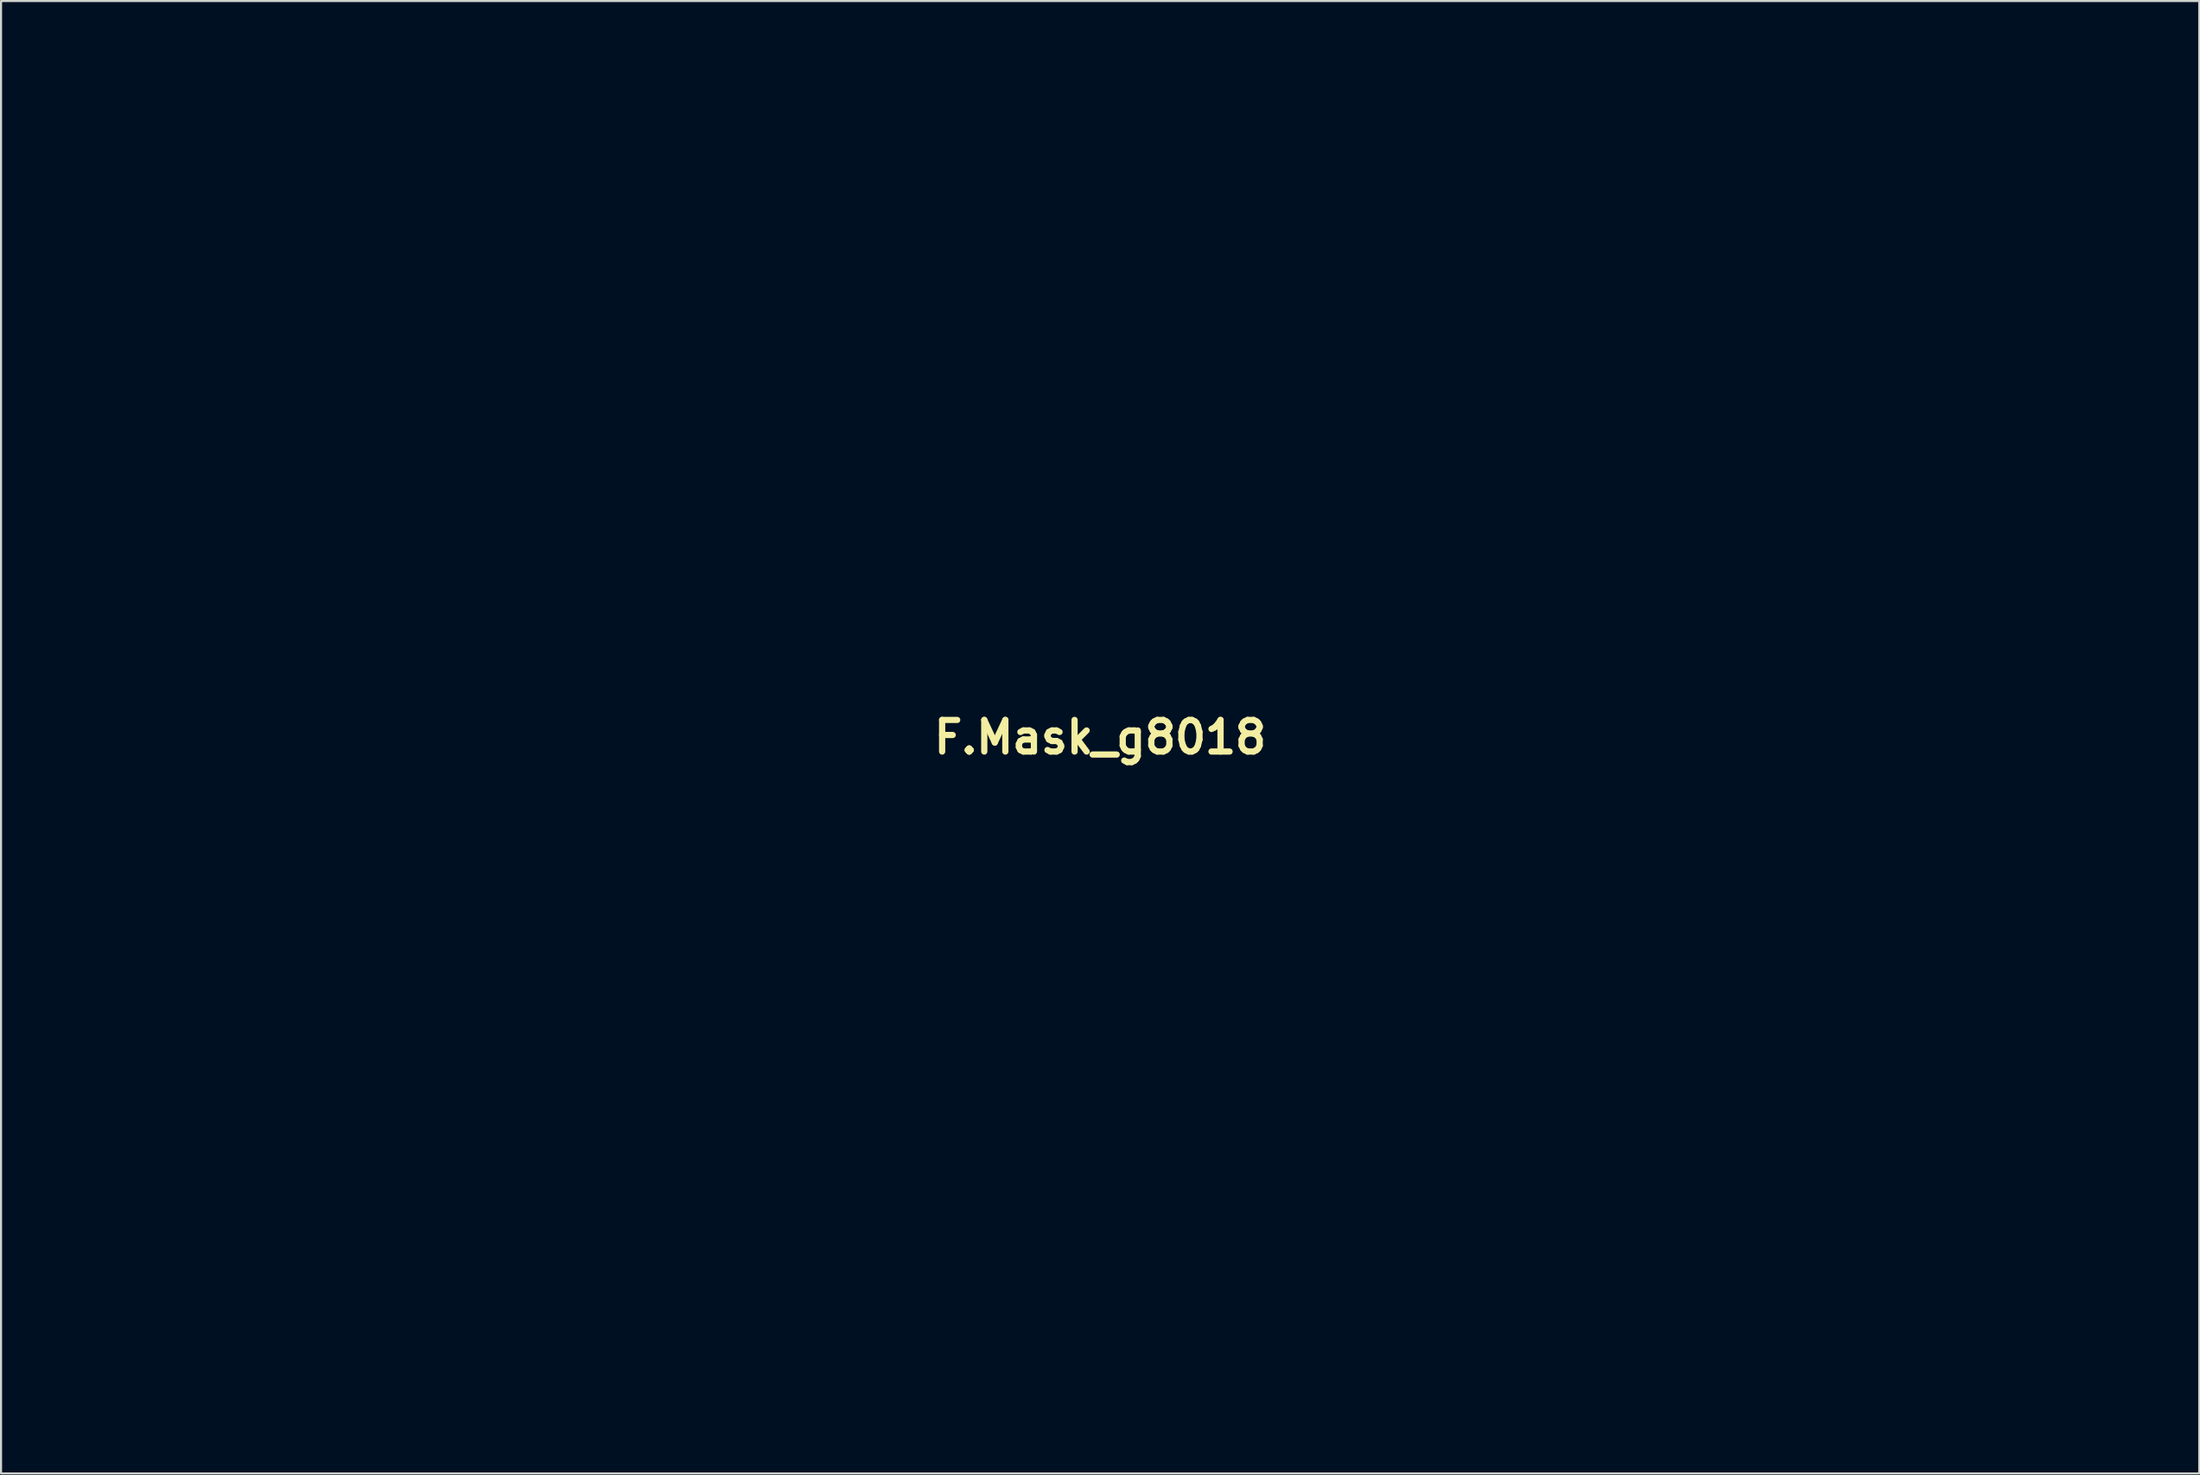
<source format=kicad_pcb>
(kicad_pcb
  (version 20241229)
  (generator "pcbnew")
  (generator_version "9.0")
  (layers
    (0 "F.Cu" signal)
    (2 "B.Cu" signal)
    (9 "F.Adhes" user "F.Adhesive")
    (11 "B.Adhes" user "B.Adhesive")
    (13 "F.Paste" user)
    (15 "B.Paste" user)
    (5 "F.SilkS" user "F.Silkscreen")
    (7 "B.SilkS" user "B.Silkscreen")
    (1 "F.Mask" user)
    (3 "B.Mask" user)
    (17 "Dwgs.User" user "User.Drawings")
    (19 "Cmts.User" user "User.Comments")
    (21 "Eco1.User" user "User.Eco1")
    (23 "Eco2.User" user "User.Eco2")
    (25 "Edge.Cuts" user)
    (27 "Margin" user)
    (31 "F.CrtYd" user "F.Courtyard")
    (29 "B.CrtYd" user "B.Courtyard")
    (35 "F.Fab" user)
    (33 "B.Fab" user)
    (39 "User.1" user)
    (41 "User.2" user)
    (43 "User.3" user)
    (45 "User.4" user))
  (footprint "F.Mask_g8018"
    (layer "F.Cu")
    (at 50.005 32.504)
    (property "Reference" "F.Mask_g8018" (at 0 0 0) (layer "F.SilkS") (effects (font (size 1.524 1.524) (thickness 0.3))))
    (attr through_hole)
    (fp_poly (pts (xy -16.53 -28.856) (xy -16.523 -28.842) (xy -16.527 -28.831) (xy -16.545 -28.833) (xy -16.566 -28.84) (xy -16.582 -28.851) (xy -16.575 -28.86) (xy -16.552 -28.864) (xy -16.53 -28.856)) (stroke (width 0.01) (type solid)) (fill yes) (layer "F.Mask"))
    (fp_poly (pts (xy 21.385 -29.346) (xy 21.417 -29.344) (xy 21.443 -29.34) (xy 21.465 -29.333) (xy 21.485 -29.321) (xy 21.505 -29.3) (xy 21.526 -29.27) (xy 21.55 -29.226) (xy 21.579 -29.168) (xy 21.615 -29.092) (xy 21.66 -28.997) (xy 21.676 -28.962) (xy 21.717 -28.872) (xy 21.759 -28.782) (xy 21.798 -28.695) (xy 21.834 -28.614) (xy 21.866 -28.542) (xy 21.891 -28.482) (xy 21.909 -28.438) (xy 21.919 -28.412) (xy 21.92 -28.408) (xy 21.909 -28.401) (xy 21.88 -28.398) (xy 21.842 -28.397) (xy 21.802 -28.399) (xy 21.768 -28.404) (xy 21.747 -28.412) (xy 21.745 -28.413) (xy 21.73 -28.437) (xy 21.706 -28.482) (xy 21.675 -28.545) (xy 21.637 -28.623) (xy 21.594 -28.714) (xy 21.548 -28.814) (xy 21.5 -28.921) (xy 21.45 -29.033) (xy 21.4 -29.147) (xy 21.398 -29.151) (xy 21.311 -29.353) (xy 21.385 -29.346)) (stroke (width 0.01) (type solid)) (fill yes) (layer "F.Mask"))
    (fp_poly (pts (xy -4.962 -29.656) (xy -4.948 -29.641) (xy -4.927 -29.612) (xy -4.897 -29.568) (xy -4.857 -29.505) (xy -4.818 -29.444) (xy -4.754 -29.344) (xy -4.694 -29.249) (xy -4.639 -29.162) (xy -4.591 -29.084) (xy -4.552 -29.019) (xy -4.521 -28.968) (xy -4.502 -28.934) (xy -4.496 -28.918) (xy -4.504 -28.905) (xy -4.526 -28.875) (xy -4.561 -28.831) (xy -4.605 -28.775) (xy -4.658 -28.711) (xy -4.716 -28.641) (xy -4.778 -28.567) (xy -4.841 -28.492) (xy -4.903 -28.419) (xy -4.962 -28.35) (xy -5.017 -28.287) (xy -5.063 -28.234) (xy -5.101 -28.193) (xy -5.127 -28.166) (xy -5.138 -28.156) (xy -5.138 -28.156) (xy -5.14 -28.166) (xy -5.137 -28.184) (xy -5.135 -28.201) (xy -5.13 -28.24) (xy -5.124 -28.298) (xy -5.115 -28.374) (xy -5.105 -28.463) (xy -5.093 -28.564) (xy -5.081 -28.674) (xy -5.068 -28.789) (xy -5.055 -28.907) (xy -5.042 -29.026) (xy -5.029 -29.142) (xy -5.017 -29.253) (xy -5.006 -29.355) (xy -4.996 -29.447) (xy -4.988 -29.525) (xy -4.981 -29.587) (xy -4.977 -29.629) (xy -4.976 -29.641) (xy -4.974 -29.654) (xy -4.97 -29.66) (xy -4.962 -29.656)) (stroke (width 0.01) (type solid)) (fill yes) (layer "F.Mask"))
    (fp_poly (pts (xy 1.13 -29.975) (xy 1.032 -29.967) (xy 0.994 -29.965) (xy 0.934 -29.963) (xy 0.858 -29.96) (xy 0.769 -29.957) (xy 0.672 -29.955) (xy 0.571 -29.952) (xy 0.551 -29.952) (xy 0.169 -29.944) (xy 0.161 -29.066) (xy 0.159 -28.911) (xy 0.157 -28.759) (xy 0.155 -28.612) (xy 0.154 -28.472) (xy 0.152 -28.343) (xy 0.15 -28.227) (xy 0.148 -28.127) (xy 0.146 -28.045) (xy 0.145 -27.985) (xy 0.144 -27.969) (xy 0.136 -27.75) (xy -0.334 -27.75) (xy -0.325 -28.331) (xy -0.323 -28.467) (xy -0.32 -28.61) (xy -0.317 -28.755) (xy -0.314 -28.897) (xy -0.311 -29.03) (xy -0.308 -29.149) (xy -0.306 -29.25) (xy -0.305 -29.275) (xy -0.301 -29.396) (xy -0.3 -29.495) (xy -0.299 -29.576) (xy -0.301 -29.644) (xy -0.305 -29.702) (xy -0.312 -29.754) (xy -0.321 -29.804) (xy -0.333 -29.856) (xy -0.337 -29.874) (xy -0.359 -29.959) (xy -0.628 -29.959) (xy -0.727 -29.96) (xy -0.834 -29.961) (xy -0.941 -29.963) (xy -1.039 -29.965) (xy -1.11 -29.968) (xy -1.322 -29.976) (xy -1.318 -30.028) (xy -1.314 -30.08) (xy -0.092 -30.083) (xy 1.13 -30.086) (xy 1.13 -29.975)) (stroke (width 0.01) (type solid)) (fill yes) (layer "F.Mask"))
    (fp_poly (pts (xy -15.434 -30.086) (xy -15.348 -30.086) (xy -15.286 -30.084) (xy -15.247 -30.08) (xy -15.229 -30.075) (xy -15.227 -30.072) (xy -15.231 -30.057) (xy -15.243 -30.02) (xy -15.26 -29.964) (xy -15.285 -29.889) (xy -15.314 -29.799) (xy -15.348 -29.694) (xy -15.386 -29.578) (xy -15.427 -29.452) (xy -15.471 -29.318) (xy -15.517 -29.179) (xy -15.565 -29.036) (xy -15.613 -28.891) (xy -15.661 -28.747) (xy -15.708 -28.605) (xy -15.753 -28.468) (xy -15.797 -28.337) (xy -15.838 -28.215) (xy -15.876 -28.103) (xy -15.909 -28.004) (xy -15.938 -27.92) (xy -15.961 -27.852) (xy -15.978 -27.803) (xy -15.988 -27.775) (xy -15.991 -27.769) (xy -16.006 -27.765) (xy -16.041 -27.761) (xy -16.091 -27.758) (xy -16.151 -27.755) (xy -16.217 -27.752) (xy -16.283 -27.75) (xy -16.345 -27.749) (xy -16.398 -27.749) (xy -16.437 -27.75) (xy -16.457 -27.752) (xy -16.459 -27.754) (xy -16.455 -27.767) (xy -16.443 -27.801) (xy -16.426 -27.851) (xy -16.403 -27.916) (xy -16.376 -27.99) (xy -16.359 -28.037) (xy -16.33 -28.118) (xy -16.295 -28.217) (xy -16.255 -28.329) (xy -16.213 -28.45) (xy -16.17 -28.574) (xy -16.129 -28.695) (xy -16.104 -28.765) (xy -16.067 -28.876) (xy -16.025 -28.996) (xy -15.981 -29.123) (xy -15.936 -29.254) (xy -15.89 -29.385) (xy -15.845 -29.513) (xy -15.803 -29.635) (xy -15.763 -29.748) (xy -15.727 -29.848) (xy -15.697 -29.932) (xy -15.674 -29.998) (xy -15.663 -30.026) (xy -15.641 -30.086) (xy -15.434 -30.086)) (stroke (width 0.01) (type solid)) (fill yes) (layer "F.Mask"))
    (fp_poly (pts (xy -5.762 -30.098) (xy -5.686 -30.095) (xy -5.618 -30.091) (xy -5.617 -30.091) (xy -5.565 -30.086) (xy -5.534 -30.082) (xy -5.518 -30.075) (xy -5.513 -30.064) (xy -5.512 -30.047) (xy -5.513 -30.029) (xy -5.518 -29.988) (xy -5.525 -29.926) (xy -5.534 -29.844) (xy -5.546 -29.746) (xy -5.56 -29.632) (xy -5.575 -29.505) (xy -5.592 -29.367) (xy -5.61 -29.219) (xy -5.629 -29.065) (xy -5.633 -29.036) (xy -5.652 -28.878) (xy -5.671 -28.723) (xy -5.69 -28.575) (xy -5.707 -28.436) (xy -5.723 -28.308) (xy -5.737 -28.194) (xy -5.749 -28.096) (xy -5.759 -28.015) (xy -5.766 -27.955) (xy -5.771 -27.918) (xy -5.771 -27.917) (xy -5.779 -27.859) (xy -5.786 -27.811) (xy -5.792 -27.779) (xy -5.795 -27.766) (xy -5.81 -27.764) (xy -5.845 -27.761) (xy -5.898 -27.758) (xy -5.963 -27.755) (xy -6.032 -27.753) (xy -6.116 -27.751) (xy -6.178 -27.75) (xy -6.221 -27.751) (xy -6.247 -27.753) (xy -6.259 -27.758) (xy -6.261 -27.762) (xy -6.259 -27.778) (xy -6.255 -27.816) (xy -6.247 -27.874) (xy -6.237 -27.947) (xy -6.226 -28.032) (xy -6.213 -28.128) (xy -6.204 -28.191) (xy -6.187 -28.31) (xy -6.17 -28.439) (xy -6.153 -28.57) (xy -6.136 -28.697) (xy -6.122 -28.812) (xy -6.11 -28.91) (xy -6.109 -28.916) (xy -6.099 -28.998) (xy -6.087 -29.092) (xy -6.073 -29.196) (xy -6.059 -29.306) (xy -6.043 -29.419) (xy -6.028 -29.533) (xy -6.012 -29.643) (xy -5.998 -29.748) (xy -5.984 -29.843) (xy -5.972 -29.925) (xy -5.962 -29.992) (xy -5.954 -30.04) (xy -5.949 -30.066) (xy -5.949 -30.067) (xy -5.944 -30.083) (xy -5.934 -30.092) (xy -5.915 -30.097) (xy -5.881 -30.099) (xy -5.831 -30.099) (xy -5.762 -30.098)) (stroke (width 0.01) (type solid)) (fill yes) (layer "F.Mask"))
    (fp_poly (pts (xy -13.067 -30.086) (xy -12.904 -30.086) (xy -12.748 -30.086) (xy -12.602 -30.085) (xy -12.467 -30.084) (xy -12.345 -30.083) (xy -12.239 -30.082) (xy -12.151 -30.081) (xy -12.083 -30.08) (xy -12.036 -30.079) (xy -12.018 -30.078) (xy -11.903 -30.07) (xy -11.917 -30.026) (xy -11.937 -29.988) (xy -11.96 -29.971) (xy -11.98 -29.968) (xy -12.022 -29.966) (xy -12.082 -29.963) (xy -12.159 -29.962) (xy -12.249 -29.96) (xy -12.349 -29.96) (xy -12.44 -29.959) (xy -12.889 -29.959) (xy -12.913 -29.893) (xy -12.945 -29.803) (xy -12.981 -29.694) (xy -13.02 -29.571) (xy -13.06 -29.439) (xy -13.099 -29.304) (xy -13.136 -29.172) (xy -13.169 -29.047) (xy -13.182 -28.994) (xy -13.2 -28.928) (xy -13.222 -28.845) (xy -13.247 -28.753) (xy -13.273 -28.661) (xy -13.29 -28.6) (xy -13.318 -28.505) (xy -13.349 -28.395) (xy -13.38 -28.282) (xy -13.41 -28.176) (xy -13.424 -28.124) (xy -13.451 -28.021) (xy -13.473 -27.94) (xy -13.491 -27.878) (xy -13.505 -27.833) (xy -13.517 -27.801) (xy -13.528 -27.781) (xy -13.54 -27.769) (xy -13.552 -27.763) (xy -13.568 -27.76) (xy -13.585 -27.758) (xy -13.62 -27.755) (xy -13.673 -27.752) (xy -13.738 -27.75) (xy -13.808 -27.75) (xy -13.819 -27.75) (xy -13.891 -27.75) (xy -13.941 -27.751) (xy -13.973 -27.754) (xy -13.99 -27.759) (xy -13.995 -27.766) (xy -13.995 -27.768) (xy -13.991 -27.792) (xy -13.982 -27.822) (xy -13.976 -27.84) (xy -13.963 -27.88) (xy -13.945 -27.94) (xy -13.921 -28.019) (xy -13.892 -28.113) (xy -13.859 -28.222) (xy -13.822 -28.342) (xy -13.783 -28.473) (xy -13.741 -28.611) (xy -13.714 -28.702) (xy -13.655 -28.9) (xy -13.602 -29.076) (xy -13.556 -29.232) (xy -13.516 -29.369) (xy -13.482 -29.489) (xy -13.452 -29.595) (xy -13.427 -29.689) (xy -13.405 -29.771) (xy -13.386 -29.845) (xy -13.371 -29.912) (xy -13.368 -29.924) (xy -13.36 -29.958) (xy -13.855 -29.962) (xy -13.964 -29.963) (xy -14.066 -29.964) (xy -14.157 -29.966) (xy -14.234 -29.968) (xy -14.295 -29.97) (xy -14.336 -29.972) (xy -14.356 -29.973) (xy -14.357 -29.974) (xy -14.359 -29.99) (xy -14.355 -30.021) (xy -14.351 -30.034) (xy -14.337 -30.086) (xy -13.235 -30.086) (xy -13.067 -30.086)) (stroke (width 0.01) (type solid)) (fill yes) (layer "F.Mask"))
    (fp_poly (pts (xy 9.921 -30.089) (xy 10.098 -30.089) (xy 10.265 -30.088) (xy 10.414 -30.087) (xy 10.457 -30.086) (xy 11.04 -30.08) (xy 11.055 -30.028) (xy 11.071 -29.976) (xy 10.911 -29.968) (xy 10.87 -29.966) (xy 10.806 -29.965) (xy 10.723 -29.964) (xy 10.622 -29.962) (xy 10.506 -29.961) (xy 10.378 -29.961) (xy 10.24 -29.96) (xy 10.096 -29.96) (xy 9.947 -29.959) (xy 9.908 -29.959) (xy 9.066 -29.959) (xy 9.073 -29.924) (xy 9.09 -29.842) (xy 9.109 -29.75) (xy 9.129 -29.652) (xy 9.151 -29.552) (xy 9.171 -29.454) (xy 9.191 -29.361) (xy 9.209 -29.278) (xy 9.224 -29.208) (xy 9.236 -29.155) (xy 9.244 -29.122) (xy 9.244 -29.121) (xy 9.265 -29.039) (xy 10.28 -29.028) (xy 10.439 -29.027) (xy 10.59 -29.025) (xy 10.731 -29.023) (xy 10.861 -29.021) (xy 10.978 -29.02) (xy 11.08 -29.018) (xy 11.165 -29.017) (xy 11.231 -29.015) (xy 11.276 -29.014) (xy 11.299 -29.013) (xy 11.301 -29.013) (xy 11.305 -28.998) (xy 11.31 -28.968) (xy 11.312 -28.952) (xy 11.319 -28.897) (xy 10.698 -28.888) (xy 10.563 -28.887) (xy 10.426 -28.885) (xy 10.292 -28.883) (xy 10.163 -28.882) (xy 10.045 -28.881) (xy 9.942 -28.88) (xy 9.856 -28.88) (xy 9.809 -28.88) (xy 9.697 -28.879) (xy 9.608 -28.877) (xy 9.539 -28.873) (xy 9.485 -28.866) (xy 9.445 -28.856) (xy 9.415 -28.842) (xy 9.392 -28.824) (xy 9.378 -28.807) (xy 9.355 -28.769) (xy 9.34 -28.729) (xy 9.339 -28.723) (xy 9.338 -28.686) (xy 9.342 -28.63) (xy 9.352 -28.559) (xy 9.365 -28.479) (xy 9.38 -28.392) (xy 9.398 -28.306) (xy 9.417 -28.224) (xy 9.435 -28.152) (xy 9.452 -28.093) (xy 9.468 -28.054) (xy 9.468 -28.053) (xy 9.512 -27.993) (xy 9.57 -27.952) (xy 9.633 -27.933) (xy 9.656 -27.932) (xy 9.702 -27.93) (xy 9.769 -27.929) (xy 9.855 -27.927) (xy 9.958 -27.925) (xy 10.076 -27.923) (xy 10.206 -27.921) (xy 10.346 -27.92) (xy 10.494 -27.918) (xy 10.63 -27.917) (xy 11.563 -27.908) (xy 11.58 -27.84) (xy 11.588 -27.802) (xy 11.591 -27.774) (xy 11.59 -27.765) (xy 11.576 -27.764) (xy 11.54 -27.763) (xy 11.482 -27.762) (xy 11.405 -27.761) (xy 11.311 -27.76) (xy 11.203 -27.76) (xy 11.081 -27.759) (xy 10.949 -27.758) (xy 10.809 -27.757) (xy 10.663 -27.757) (xy 10.512 -27.756) (xy 10.359 -27.756) (xy 10.206 -27.755) (xy 10.055 -27.755) (xy 9.909 -27.755) (xy 9.769 -27.755) (xy 9.637 -27.755) (xy 9.516 -27.755) (xy 9.408 -27.755) (xy 9.315 -27.756) (xy 9.238 -27.756) (xy 9.181 -27.757) (xy 9.145 -27.758) (xy 9.144 -27.758) (xy 9.023 -27.763) (xy 8.995 -27.925) (xy 8.986 -27.974) (xy 8.973 -28.046) (xy 8.957 -28.136) (xy 8.938 -28.244) (xy 8.916 -28.364) (xy 8.893 -28.496) (xy 8.868 -28.635) (xy 8.842 -28.779) (xy 8.815 -28.926) (xy 8.789 -29.071) (xy 8.763 -29.213) (xy 8.738 -29.348) (xy 8.715 -29.475) (xy 8.695 -29.588) (xy 8.683 -29.654) (xy 8.666 -29.744) (xy 8.651 -29.828) (xy 8.638 -29.903) (xy 8.627 -29.964) (xy 8.62 -30.007) (xy 8.617 -30.024) (xy 8.608 -30.083) (xy 9.241 -30.088) (xy 9.394 -30.089) (xy 9.563 -30.089) (xy 9.741 -30.089) (xy 9.921 -30.089)) (stroke (width 0.01) (type solid)) (fill yes) (layer "F.Mask"))
    (fp_poly (pts (xy -2.409 -30.097) (xy -2.375 -30.095) (xy -2.362 -30.093) (xy -2.362 -30.093) (xy -2.37 -30.082) (xy -2.393 -30.054) (xy -2.428 -30.012) (xy -2.474 -29.957) (xy -2.528 -29.893) (xy -2.589 -29.821) (xy -2.654 -29.745) (xy -2.722 -29.665) (xy -2.79 -29.585) (xy -2.857 -29.507) (xy -2.921 -29.434) (xy -2.979 -29.367) (xy -3.029 -29.31) (xy -3.07 -29.263) (xy -3.077 -29.255) (xy -3.121 -29.204) (xy -3.162 -29.154) (xy -3.194 -29.112) (xy -3.213 -29.083) (xy -3.214 -29.081) (xy -3.236 -29.013) (xy -3.232 -28.942) (xy -3.211 -28.881) (xy -3.198 -28.859) (xy -3.174 -28.819) (xy -3.138 -28.764) (xy -3.094 -28.695) (xy -3.042 -28.616) (xy -2.985 -28.53) (xy -2.925 -28.438) (xy -2.862 -28.343) (xy -2.799 -28.249) (xy -2.738 -28.157) (xy -2.68 -28.072) (xy -2.627 -27.994) (xy -2.581 -27.927) (xy -2.544 -27.873) (xy -2.517 -27.835) (xy -2.516 -27.834) (xy -2.49 -27.798) (xy -2.471 -27.77) (xy -2.464 -27.757) (xy -2.464 -27.756) (xy -2.476 -27.753) (xy -2.508 -27.751) (xy -2.555 -27.75) (xy -2.611 -27.75) (xy -2.672 -27.75) (xy -2.733 -27.751) (xy -2.787 -27.753) (xy -2.83 -27.756) (xy -2.849 -27.758) (xy -2.908 -27.766) (xy -3.057 -27.995) (xy -3.106 -28.07) (xy -3.155 -28.143) (xy -3.201 -28.21) (xy -3.241 -28.266) (xy -3.27 -28.307) (xy -3.273 -28.311) (xy -3.304 -28.353) (xy -3.327 -28.388) (xy -3.339 -28.412) (xy -3.34 -28.416) (xy -3.35 -28.441) (xy -3.375 -28.474) (xy -3.41 -28.508) (xy -3.448 -28.537) (xy -3.473 -28.551) (xy -3.512 -28.567) (xy -3.547 -28.575) (xy -3.582 -28.576) (xy -3.618 -28.568) (xy -3.656 -28.548) (xy -3.7 -28.517) (xy -3.75 -28.473) (xy -3.808 -28.414) (xy -3.877 -28.339) (xy -3.958 -28.247) (xy -4.052 -28.137) (xy -4.132 -28.044) (xy -4.197 -27.968) (xy -4.249 -27.908) (xy -4.291 -27.862) (xy -4.324 -27.828) (xy -4.35 -27.804) (xy -4.372 -27.788) (xy -4.39 -27.778) (xy -4.407 -27.772) (xy -4.424 -27.77) (xy -4.48 -27.764) (xy -4.541 -27.759) (xy -4.6 -27.756) (xy -4.653 -27.754) (xy -4.695 -27.754) (xy -4.72 -27.756) (xy -4.724 -27.758) (xy -4.716 -27.771) (xy -4.694 -27.798) (xy -4.66 -27.837) (xy -4.619 -27.883) (xy -4.607 -27.896) (xy -4.556 -27.952) (xy -4.496 -28.019) (xy -4.429 -28.095) (xy -4.357 -28.178) (xy -4.282 -28.266) (xy -4.204 -28.356) (xy -4.127 -28.447) (xy -4.051 -28.537) (xy -3.979 -28.623) (xy -3.912 -28.703) (xy -3.853 -28.776) (xy -3.802 -28.838) (xy -3.762 -28.888) (xy -3.735 -28.924) (xy -3.722 -28.944) (xy -3.721 -28.946) (xy -3.728 -28.959) (xy -3.748 -28.991) (xy -3.779 -29.04) (xy -3.82 -29.104) (xy -3.87 -29.182) (xy -3.928 -29.27) (xy -3.993 -29.368) (xy -4.062 -29.473) (xy -4.095 -29.523) (xy -4.47 -30.086) (xy -4.269 -30.086) (xy -4.069 -30.086) (xy -3.93 -29.88) (xy -3.865 -29.785) (xy -3.801 -29.693) (xy -3.74 -29.607) (xy -3.682 -29.529) (xy -3.632 -29.463) (xy -3.589 -29.41) (xy -3.557 -29.373) (xy -3.538 -29.356) (xy -3.492 -29.336) (xy -3.436 -29.328) (xy -3.383 -29.332) (xy -3.356 -29.342) (xy -3.333 -29.357) (xy -3.301 -29.386) (xy -3.257 -29.429) (xy -3.202 -29.487) (xy -3.134 -29.562) (xy -3.053 -29.653) (xy -2.957 -29.763) (xy -2.886 -29.845) (xy -2.672 -30.093) (xy -2.517 -30.096) (xy -2.458 -30.097) (xy -2.409 -30.097)) (stroke (width 0.01) (type solid)) (fill yes) (layer "F.Mask"))
    (fp_poly (pts (xy 6.717 -30.086) (xy 6.895 -30.086) (xy 7.051 -30.086) (xy 7.186 -30.086) (xy 7.302 -30.085) (xy 7.4 -30.085) (xy 7.481 -30.084) (xy 7.548 -30.083) (xy 7.601 -30.082) (xy 7.643 -30.08) (xy 7.674 -30.078) (xy 7.696 -30.076) (xy 7.711 -30.074) (xy 7.72 -30.071) (xy 7.725 -30.067) (xy 7.727 -30.064) (xy 7.731 -30.046) (xy 7.738 -30.006) (xy 7.749 -29.949) (xy 7.762 -29.878) (xy 7.777 -29.798) (xy 7.785 -29.75) (xy 7.804 -29.647) (xy 7.824 -29.534) (xy 7.844 -29.42) (xy 7.864 -29.313) (xy 7.88 -29.222) (xy 7.881 -29.216) (xy 7.895 -29.138) (xy 7.908 -29.067) (xy 7.919 -29.006) (xy 7.927 -28.961) (xy 7.931 -28.936) (xy 7.931 -28.936) (xy 7.938 -28.897) (xy 7.7 -28.888) (xy 7.639 -28.887) (xy 7.557 -28.885) (xy 7.457 -28.884) (xy 7.342 -28.882) (xy 7.216 -28.881) (xy 7.081 -28.881) (xy 6.943 -28.88) (xy 6.803 -28.88) (xy 6.777 -28.88) (xy 6.092 -28.88) (xy 6.03 -28.84) (xy 5.992 -28.811) (xy 5.961 -28.781) (xy 5.949 -28.764) (xy 5.942 -28.748) (xy 5.937 -28.726) (xy 5.934 -28.699) (xy 5.933 -28.662) (xy 5.934 -28.616) (xy 5.937 -28.557) (xy 5.942 -28.483) (xy 5.95 -28.393) (xy 5.961 -28.285) (xy 5.975 -28.157) (xy 5.991 -28.006) (xy 6 -27.927) (xy 6.006 -27.867) (xy 6.011 -27.816) (xy 6.014 -27.781) (xy 6.014 -27.765) (xy 6.014 -27.765) (xy 6 -27.762) (xy 5.965 -27.76) (xy 5.916 -27.758) (xy 5.856 -27.757) (xy 5.791 -27.756) (xy 5.727 -27.755) (xy 5.667 -27.754) (xy 5.618 -27.755) (xy 5.585 -27.756) (xy 5.572 -27.757) (xy 5.563 -27.761) (xy 5.555 -27.767) (xy 5.549 -27.78) (xy 5.544 -27.801) (xy 5.538 -27.834) (xy 5.532 -27.883) (xy 5.525 -27.949) (xy 5.516 -28.036) (xy 5.512 -28.08) (xy 5.502 -28.176) (xy 5.491 -28.281) (xy 5.479 -28.386) (xy 5.469 -28.481) (xy 5.461 -28.543) (xy 5.452 -28.623) (xy 5.441 -28.717) (xy 5.429 -28.823) (xy 5.416 -28.939) (xy 5.403 -29.061) (xy 5.39 -29.187) (xy 5.377 -29.313) (xy 5.364 -29.437) (xy 5.352 -29.557) (xy 5.341 -29.669) (xy 5.331 -29.771) (xy 5.322 -29.859) (xy 5.315 -29.932) (xy 5.313 -29.961) (xy 5.762 -29.961) (xy 5.771 -29.843) (xy 5.779 -29.738) (xy 5.789 -29.632) (xy 5.8 -29.53) (xy 5.811 -29.437) (xy 5.822 -29.358) (xy 5.832 -29.297) (xy 5.837 -29.274) (xy 5.854 -29.218) (xy 5.88 -29.156) (xy 5.902 -29.112) (xy 5.949 -29.032) (xy 6.701 -29.032) (xy 6.858 -29.032) (xy 6.991 -29.032) (xy 7.103 -29.033) (xy 7.196 -29.033) (xy 7.27 -29.034) (xy 7.328 -29.035) (xy 7.373 -29.037) (xy 7.405 -29.039) (xy 7.426 -29.041) (xy 7.44 -29.044) (xy 7.446 -29.048) (xy 7.448 -29.052) (xy 7.448 -29.054) (xy 7.442 -29.088) (xy 7.433 -29.142) (xy 7.422 -29.211) (xy 7.41 -29.289) (xy 7.397 -29.373) (xy 7.385 -29.457) (xy 7.374 -29.536) (xy 7.366 -29.594) (xy 7.353 -29.69) (xy 7.339 -29.765) (xy 7.323 -29.821) (xy 7.304 -29.862) (xy 7.281 -29.892) (xy 7.251 -29.914) (xy 7.23 -29.925) (xy 7.216 -29.931) (xy 7.203 -29.936) (xy 7.186 -29.94) (xy 7.165 -29.944) (xy 7.138 -29.947) (xy 7.101 -29.949) (xy 7.054 -29.951) (xy 6.993 -29.952) (xy 6.918 -29.954) (xy 6.824 -29.955) (xy 6.711 -29.956) (xy 6.577 -29.956) (xy 6.466 -29.957) (xy 5.762 -29.961) (xy 5.313 -29.961) (xy 5.311 -29.986) (xy 5.309 -30.018) (xy 5.309 -30.023) (xy 5.309 -30.086) (xy 6.514 -30.086) (xy 6.717 -30.086)) (stroke (width 0.01) (type solid)) (fill yes) (layer "F.Mask"))
    (fp_poly (pts (xy 3.162 -30.09) (xy 3.393 -30.09) (xy 3.481 -30.089) (xy 4.416 -30.086) (xy 4.424 -30.026) (xy 4.431 -29.975) (xy 4.438 -29.905) (xy 4.448 -29.818) (xy 4.458 -29.715) (xy 4.47 -29.6) (xy 4.482 -29.474) (xy 4.495 -29.339) (xy 4.509 -29.198) (xy 4.523 -29.052) (xy 4.537 -28.905) (xy 4.55 -28.757) (xy 4.563 -28.612) (xy 4.576 -28.472) (xy 4.588 -28.338) (xy 4.599 -28.213) (xy 4.609 -28.099) (xy 4.617 -27.998) (xy 4.624 -27.913) (xy 4.629 -27.846) (xy 4.632 -27.798) (xy 4.633 -27.772) (xy 4.633 -27.768) (xy 4.617 -27.764) (xy 4.582 -27.761) (xy 4.531 -27.757) (xy 4.472 -27.755) (xy 4.408 -27.753) (xy 4.346 -27.752) (xy 4.291 -27.752) (xy 4.248 -27.753) (xy 4.227 -27.755) (xy 4.169 -27.763) (xy 4.16 -27.88) (xy 4.152 -27.986) (xy 4.142 -28.097) (xy 4.132 -28.208) (xy 4.121 -28.316) (xy 4.111 -28.415) (xy 4.101 -28.502) (xy 4.092 -28.573) (xy 4.084 -28.622) (xy 4.084 -28.624) (xy 4.062 -28.715) (xy 4.03 -28.783) (xy 3.988 -28.83) (xy 3.952 -28.852) (xy 3.928 -28.859) (xy 3.894 -28.865) (xy 3.847 -28.87) (xy 3.782 -28.874) (xy 3.697 -28.876) (xy 3.661 -28.877) (xy 3.585 -28.879) (xy 3.519 -28.881) (xy 3.466 -28.884) (xy 3.431 -28.886) (xy 3.416 -28.888) (xy 3.416 -28.889) (xy 3.422 -28.902) (xy 3.438 -28.93) (xy 3.457 -28.962) (xy 3.497 -29.029) (xy 4.052 -29.048) (xy 4.045 -29.126) (xy 4.042 -29.165) (xy 4.038 -29.224) (xy 4.033 -29.295) (xy 4.028 -29.373) (xy 4.025 -29.42) (xy 4.02 -29.5) (xy 4.014 -29.579) (xy 4.008 -29.65) (xy 4.002 -29.707) (xy 4 -29.73) (xy 3.993 -29.779) (xy 3.984 -29.812) (xy 3.97 -29.837) (xy 3.945 -29.863) (xy 3.927 -29.879) (xy 3.888 -29.91) (xy 3.847 -29.935) (xy 3.823 -29.946) (xy 3.797 -29.95) (xy 3.749 -29.953) (xy 3.682 -29.955) (xy 3.597 -29.957) (xy 3.499 -29.958) (xy 3.39 -29.959) (xy 3.272 -29.959) (xy 3.15 -29.958) (xy 3.025 -29.957) (xy 2.9 -29.955) (xy 2.78 -29.952) (xy 2.725 -29.951) (xy 2.435 -29.942) (xy 2.444 -29.738) (xy 2.451 -29.586) (xy 2.461 -29.455) (xy 2.473 -29.341) (xy 2.489 -29.239) (xy 2.506 -29.15) (xy 2.534 -29.026) (xy 2.956 -29.03) (xy 3.378 -29.035) (xy 3.378 -28.88) (xy 2.515 -28.88) (xy 2.514 -28.654) (xy 2.515 -28.574) (xy 2.517 -28.476) (xy 2.52 -28.367) (xy 2.523 -28.255) (xy 2.527 -28.146) (xy 2.529 -28.102) (xy 2.533 -28.013) (xy 2.535 -27.933) (xy 2.537 -27.865) (xy 2.538 -27.812) (xy 2.537 -27.778) (xy 2.535 -27.766) (xy 2.519 -27.762) (xy 2.483 -27.758) (xy 2.433 -27.756) (xy 2.372 -27.753) (xy 2.306 -27.752) (xy 2.24 -27.751) (xy 2.18 -27.751) (xy 2.129 -27.753) (xy 2.094 -27.755) (xy 2.079 -27.759) (xy 2.079 -27.759) (xy 2.075 -27.776) (xy 2.071 -27.817) (xy 2.067 -27.879) (xy 2.062 -27.96) (xy 2.057 -28.058) (xy 2.051 -28.172) (xy 2.046 -28.299) (xy 2.04 -28.436) (xy 2.035 -28.583) (xy 2.032 -28.67) (xy 2.029 -28.779) (xy 2.024 -28.907) (xy 2.019 -29.048) (xy 2.013 -29.195) (xy 2.008 -29.342) (xy 2.002 -29.482) (xy 1.999 -29.569) (xy 1.994 -29.68) (xy 1.99 -29.782) (xy 1.987 -29.874) (xy 1.985 -29.952) (xy 1.983 -30.014) (xy 1.982 -30.057) (xy 1.982 -30.078) (xy 1.983 -30.079) (xy 1.998 -30.082) (xy 2.038 -30.084) (xy 2.101 -30.086) (xy 2.189 -30.087) (xy 2.298 -30.088) (xy 2.43 -30.089) (xy 2.583 -30.09) (xy 2.757 -30.091) (xy 2.95 -30.091) (xy 3.162 -30.09)) (stroke (width 0.01) (type solid)) (fill yes) (layer "F.Mask"))
    (fp_poly (pts (xy 17.066 -30.097) (xy 17.195 -30.096) (xy 17.337 -30.096) (xy 17.49 -30.095) (xy 17.653 -30.094) (xy 17.824 -30.093) (xy 17.876 -30.092) (xy 19.078 -30.083) (xy 19.125 -29.978) (xy 18.957 -29.97) (xy 18.912 -29.969) (xy 18.845 -29.967) (xy 18.758 -29.966) (xy 18.655 -29.964) (xy 18.539 -29.963) (xy 18.413 -29.962) (xy 18.28 -29.961) (xy 18.144 -29.961) (xy 18.087 -29.961) (xy 17.907 -29.96) (xy 17.751 -29.959) (xy 17.62 -29.957) (xy 17.513 -29.955) (xy 17.43 -29.953) (xy 17.371 -29.95) (xy 17.335 -29.946) (xy 17.328 -29.945) (xy 17.27 -29.919) (xy 17.229 -29.876) (xy 17.208 -29.821) (xy 17.206 -29.79) (xy 17.211 -29.762) (xy 17.225 -29.715) (xy 17.245 -29.653) (xy 17.271 -29.581) (xy 17.301 -29.503) (xy 17.332 -29.422) (xy 17.364 -29.344) (xy 17.394 -29.272) (xy 17.422 -29.211) (xy 17.444 -29.164) (xy 17.457 -29.143) (xy 17.503 -29.094) (xy 17.549 -29.066) (xy 17.561 -29.061) (xy 17.573 -29.056) (xy 17.587 -29.053) (xy 17.605 -29.049) (xy 17.629 -29.047) (xy 17.66 -29.044) (xy 17.701 -29.042) (xy 17.754 -29.041) (xy 17.819 -29.039) (xy 17.899 -29.038) (xy 17.996 -29.037) (xy 18.111 -29.037) (xy 18.247 -29.036) (xy 18.404 -29.035) (xy 18.558 -29.035) (xy 19.508 -29.031) (xy 19.539 -28.968) (xy 19.557 -28.933) (xy 19.568 -28.909) (xy 19.571 -28.901) (xy 19.558 -28.9) (xy 19.523 -28.899) (xy 19.466 -28.898) (xy 19.39 -28.896) (xy 19.297 -28.895) (xy 19.189 -28.893) (xy 19.068 -28.891) (xy 18.937 -28.89) (xy 18.797 -28.888) (xy 18.738 -28.887) (xy 18.592 -28.885) (xy 18.453 -28.883) (xy 18.322 -28.881) (xy 18.201 -28.879) (xy 18.094 -28.877) (xy 18.002 -28.874) (xy 17.927 -28.872) (xy 17.872 -28.87) (xy 17.84 -28.867) (xy 17.835 -28.867) (xy 17.75 -28.845) (xy 17.687 -28.812) (xy 17.644 -28.767) (xy 17.622 -28.707) (xy 17.618 -28.687) (xy 17.617 -28.652) (xy 17.623 -28.617) (xy 17.638 -28.573) (xy 17.657 -28.527) (xy 17.68 -28.474) (xy 17.707 -28.405) (xy 17.736 -28.331) (xy 17.762 -28.261) (xy 17.787 -28.194) (xy 17.814 -28.13) (xy 17.839 -28.075) (xy 17.859 -28.037) (xy 17.86 -28.035) (xy 17.9 -27.97) (xy 18.116 -27.949) (xy 18.186 -27.943) (xy 18.267 -27.937) (xy 18.361 -27.933) (xy 18.471 -27.929) (xy 18.599 -27.926) (xy 18.747 -27.923) (xy 18.918 -27.921) (xy 18.955 -27.921) (xy 19.087 -27.919) (xy 19.218 -27.917) (xy 19.345 -27.915) (xy 19.464 -27.914) (xy 19.571 -27.912) (xy 19.664 -27.91) (xy 19.737 -27.908) (xy 19.781 -27.907) (xy 19.986 -27.899) (xy 20.007 -27.84) (xy 20.019 -27.804) (xy 20.027 -27.778) (xy 20.028 -27.772) (xy 20.016 -27.77) (xy 19.979 -27.769) (xy 19.921 -27.768) (xy 19.843 -27.767) (xy 19.746 -27.766) (xy 19.632 -27.765) (xy 19.503 -27.764) (xy 19.36 -27.763) (xy 19.206 -27.763) (xy 19.041 -27.762) (xy 18.868 -27.762) (xy 18.757 -27.762) (xy 17.487 -27.762) (xy 17.467 -27.81) (xy 17.457 -27.834) (xy 17.441 -27.879) (xy 17.419 -27.941) (xy 17.393 -28.015) (xy 17.364 -28.099) (xy 17.336 -28.181) (xy 17.305 -28.271) (xy 17.267 -28.381) (xy 17.222 -28.507) (xy 17.173 -28.646) (xy 17.121 -28.795) (xy 17.067 -28.949) (xy 17.011 -29.105) (xy 16.956 -29.259) (xy 16.903 -29.409) (xy 16.853 -29.549) (xy 16.808 -29.676) (xy 16.767 -29.787) (xy 16.734 -29.879) (xy 16.732 -29.886) (xy 16.708 -29.953) (xy 16.688 -30.011) (xy 16.674 -30.057) (xy 16.666 -30.086) (xy 16.666 -30.094) (xy 16.679 -30.095) (xy 16.717 -30.096) (xy 16.776 -30.096) (xy 16.855 -30.097) (xy 16.952 -30.097) (xy 17.066 -30.097)) (stroke (width 0.01) (type solid)) (fill yes) (layer "F.Mask"))
    (fp_poly (pts (xy 15.547 -30.098) (xy 15.61 -30.096) (xy 15.669 -30.093) (xy 15.698 -30.091) (xy 15.781 -30.083) (xy 15.887 -29.755) (xy 15.91 -29.685) (xy 15.94 -29.594) (xy 15.977 -29.486) (xy 16.018 -29.362) (xy 16.064 -29.227) (xy 16.113 -29.083) (xy 16.164 -28.934) (xy 16.216 -28.782) (xy 16.268 -28.631) (xy 16.281 -28.592) (xy 16.57 -27.756) (xy 16.441 -27.752) (xy 16.367 -27.751) (xy 16.282 -27.752) (xy 16.203 -27.755) (xy 16.183 -27.756) (xy 16.054 -27.765) (xy 15.814 -27.97) (xy 15.757 -28.019) (xy 15.684 -28.083) (xy 15.597 -28.158) (xy 15.5 -28.242) (xy 15.395 -28.332) (xy 15.287 -28.427) (xy 15.176 -28.523) (xy 15.067 -28.618) (xy 15.047 -28.636) (xy 14.918 -28.749) (xy 14.806 -28.846) (xy 14.71 -28.929) (xy 14.629 -28.999) (xy 14.561 -29.057) (xy 14.506 -29.104) (xy 14.46 -29.142) (xy 14.423 -29.171) (xy 14.394 -29.193) (xy 14.371 -29.209) (xy 14.352 -29.22) (xy 14.336 -29.228) (xy 14.322 -29.233) (xy 14.313 -29.235) (xy 14.252 -29.24) (xy 14.196 -29.222) (xy 14.148 -29.185) (xy 14.115 -29.133) (xy 14.103 -29.094) (xy 14.101 -29.081) (xy 14.1 -29.067) (xy 14.101 -29.05) (xy 14.104 -29.028) (xy 14.11 -28.999) (xy 14.119 -28.961) (xy 14.132 -28.912) (xy 14.149 -28.85) (xy 14.171 -28.773) (xy 14.198 -28.68) (xy 14.232 -28.567) (xy 14.271 -28.433) (xy 14.302 -28.329) (xy 14.336 -28.215) (xy 14.367 -28.109) (xy 14.394 -28.012) (xy 14.418 -27.928) (xy 14.437 -27.859) (xy 14.45 -27.807) (xy 14.458 -27.774) (xy 14.459 -27.764) (xy 14.443 -27.761) (xy 14.407 -27.758) (xy 14.357 -27.756) (xy 14.297 -27.755) (xy 14.234 -27.754) (xy 14.172 -27.755) (xy 14.117 -27.757) (xy 14.074 -27.76) (xy 14.065 -27.761) (xy 14.002 -27.769) (xy 13.966 -27.889) (xy 13.953 -27.936) (xy 13.934 -28.002) (xy 13.911 -28.082) (xy 13.886 -28.172) (xy 13.86 -28.266) (xy 13.843 -28.33) (xy 13.814 -28.433) (xy 13.783 -28.544) (xy 13.751 -28.655) (xy 13.721 -28.759) (xy 13.695 -28.849) (xy 13.685 -28.882) (xy 13.658 -28.977) (xy 13.626 -29.085) (xy 13.594 -29.198) (xy 13.565 -29.303) (xy 13.551 -29.356) (xy 13.524 -29.454) (xy 13.493 -29.564) (xy 13.462 -29.678) (xy 13.432 -29.783) (xy 13.417 -29.834) (xy 13.395 -29.908) (xy 13.377 -29.973) (xy 13.362 -30.025) (xy 13.352 -30.062) (xy 13.348 -30.078) (xy 13.348 -30.078) (xy 13.36 -30.081) (xy 13.393 -30.083) (xy 13.445 -30.085) (xy 13.51 -30.086) (xy 13.585 -30.086) (xy 13.594 -30.086) (xy 13.839 -30.086) (xy 13.895 -30.037) (xy 13.917 -30.019) (xy 13.957 -29.985) (xy 14.014 -29.937) (xy 14.088 -29.875) (xy 14.177 -29.8) (xy 14.281 -29.714) (xy 14.398 -29.616) (xy 14.526 -29.509) (xy 14.667 -29.392) (xy 14.817 -29.266) (xy 14.976 -29.134) (xy 15.143 -28.994) (xy 15.145 -28.993) (xy 15.235 -28.918) (xy 15.307 -28.859) (xy 15.366 -28.812) (xy 15.412 -28.777) (xy 15.449 -28.752) (xy 15.479 -28.736) (xy 15.504 -28.727) (xy 15.528 -28.723) (xy 15.551 -28.723) (xy 15.57 -28.724) (xy 15.603 -28.729) (xy 15.625 -28.739) (xy 15.645 -28.761) (xy 15.669 -28.797) (xy 15.691 -28.837) (xy 15.706 -28.871) (xy 15.71 -28.889) (xy 15.706 -28.917) (xy 15.694 -28.967) (xy 15.676 -29.036) (xy 15.652 -29.122) (xy 15.622 -29.224) (xy 15.587 -29.338) (xy 15.548 -29.462) (xy 15.506 -29.594) (xy 15.477 -29.682) (xy 15.44 -29.796) (xy 15.411 -29.887) (xy 15.389 -29.959) (xy 15.374 -30.012) (xy 15.364 -30.051) (xy 15.36 -30.075) (xy 15.361 -30.088) (xy 15.364 -30.092) (xy 15.386 -30.096) (xy 15.429 -30.098) (xy 15.484 -30.099) (xy 15.547 -30.098)) (stroke (width 0.01) (type solid)) (fill yes) (layer "F.Mask"))
    (fp_poly (pts (xy 22.462 -29.918) (xy 22.488 -29.866) (xy 22.524 -29.793) (xy 22.569 -29.701) (xy 22.623 -29.592) (xy 22.683 -29.468) (xy 22.75 -29.332) (xy 22.822 -29.184) (xy 22.898 -29.028) (xy 22.978 -28.865) (xy 23.06 -28.696) (xy 23.143 -28.525) (xy 23.227 -28.353) (xy 23.3 -28.202) (xy 23.347 -28.105) (xy 23.39 -28.016) (xy 23.427 -27.936) (xy 23.459 -27.869) (xy 23.482 -27.816) (xy 23.497 -27.781) (xy 23.503 -27.766) (xy 23.503 -27.766) (xy 23.489 -27.764) (xy 23.452 -27.763) (xy 23.395 -27.762) (xy 23.318 -27.761) (xy 23.225 -27.76) (xy 23.117 -27.759) (xy 22.997 -27.759) (xy 22.867 -27.758) (xy 22.729 -27.757) (xy 22.585 -27.757) (xy 22.437 -27.756) (xy 22.289 -27.756) (xy 22.141 -27.756) (xy 21.996 -27.755) (xy 21.856 -27.755) (xy 21.723 -27.756) (xy 21.6 -27.756) (xy 21.489 -27.756) (xy 21.392 -27.757) (xy 21.31 -27.758) (xy 21.291 -27.758) (xy 20.961 -27.763) (xy 20.797 -28.153) (xy 20.762 -28.237) (xy 20.718 -28.341) (xy 20.667 -28.462) (xy 20.61 -28.595) (xy 20.55 -28.737) (xy 20.487 -28.885) (xy 20.423 -29.035) (xy 20.36 -29.184) (xy 20.311 -29.299) (xy 20.255 -29.43) (xy 20.201 -29.554) (xy 20.152 -29.67) (xy 20.107 -29.775) (xy 20.103 -29.784) (xy 20.56 -29.784) (xy 20.568 -29.714) (xy 20.591 -29.641) (xy 20.606 -29.603) (xy 20.63 -29.545) (xy 20.662 -29.47) (xy 20.701 -29.381) (xy 20.746 -29.279) (xy 20.794 -29.17) (xy 20.846 -29.054) (xy 20.899 -28.936) (xy 20.952 -28.818) (xy 21.004 -28.702) (xy 21.053 -28.593) (xy 21.099 -28.492) (xy 21.14 -28.403) (xy 21.175 -28.329) (xy 21.202 -28.272) (xy 21.212 -28.251) (xy 21.254 -28.168) (xy 21.288 -28.104) (xy 21.317 -28.055) (xy 21.345 -28.019) (xy 21.375 -27.99) (xy 21.41 -27.966) (xy 21.454 -27.943) (xy 21.51 -27.918) (xy 21.52 -27.913) (xy 21.571 -27.891) (xy 21.603 -27.881) (xy 21.62 -27.881) (xy 21.627 -27.891) (xy 21.628 -27.901) (xy 21.629 -27.908) (xy 21.634 -27.914) (xy 21.646 -27.918) (xy 21.668 -27.921) (xy 21.704 -27.922) (xy 21.755 -27.922) (xy 21.826 -27.921) (xy 21.919 -27.919) (xy 21.923 -27.919) (xy 22.029 -27.917) (xy 22.145 -27.917) (xy 22.264 -27.918) (xy 22.376 -27.921) (xy 22.471 -27.924) (xy 22.474 -27.924) (xy 22.574 -27.93) (xy 22.653 -27.936) (xy 22.712 -27.944) (xy 22.756 -27.954) (xy 22.788 -27.969) (xy 22.811 -27.989) (xy 22.829 -28.014) (xy 22.84 -28.034) (xy 22.85 -28.06) (xy 22.857 -28.087) (xy 22.859 -28.117) (xy 22.856 -28.152) (xy 22.847 -28.193) (xy 22.831 -28.244) (xy 22.807 -28.307) (xy 22.775 -28.383) (xy 22.734 -28.474) (xy 22.683 -28.583) (xy 22.623 -28.713) (xy 22.6 -28.759) (xy 22.544 -28.878) (xy 22.481 -29.011) (xy 22.415 -29.151) (xy 22.35 -29.29) (xy 22.288 -29.422) (xy 22.233 -29.54) (xy 22.226 -29.554) (xy 22.044 -29.943) (xy 21.954 -29.951) (xy 21.876 -29.956) (xy 21.778 -29.961) (xy 21.665 -29.964) (xy 21.543 -29.967) (xy 21.415 -29.968) (xy 21.288 -29.968) (xy 21.167 -29.967) (xy 21.057 -29.965) (xy 20.992 -29.962) (xy 20.9 -29.958) (xy 20.829 -29.954) (xy 20.775 -29.95) (xy 20.736 -29.946) (xy 20.706 -29.94) (xy 20.682 -29.932) (xy 20.659 -29.923) (xy 20.658 -29.922) (xy 20.605 -29.887) (xy 20.572 -29.841) (xy 20.56 -29.784) (xy 20.103 -29.784) (xy 20.068 -29.867) (xy 20.035 -29.944) (xy 20.009 -30.005) (xy 19.991 -30.047) (xy 19.982 -30.068) (xy 19.981 -30.07) (xy 19.984 -30.073) (xy 19.998 -30.076) (xy 20.023 -30.078) (xy 20.061 -30.08) (xy 20.112 -30.081) (xy 20.179 -30.083) (xy 20.263 -30.084) (xy 20.364 -30.085) (xy 20.485 -30.085) (xy 20.625 -30.086) (xy 20.788 -30.086) (xy 20.973 -30.086) (xy 21.176 -30.086) (xy 22.377 -30.086) (xy 22.462 -29.918)) (stroke (width 0.01) (type solid)) (fill yes) (layer "F.Mask"))
    (fp_poly (pts (xy -19.874 -30.026) (xy -19.888 -29.994) (xy -19.909 -29.944) (xy -19.935 -29.881) (xy -19.965 -29.812) (xy -19.984 -29.769) (xy -20.022 -29.682) (xy -20.068 -29.575) (xy -20.121 -29.453) (xy -20.179 -29.318) (xy -20.24 -29.175) (xy -20.304 -29.028) (xy -20.368 -28.88) (xy -20.431 -28.734) (xy -20.49 -28.596) (xy -20.546 -28.467) (xy -20.595 -28.353) (xy -20.614 -28.308) (xy -20.653 -28.217) (xy -20.692 -28.127) (xy -20.729 -28.043) (xy -20.762 -27.969) (xy -20.788 -27.911) (xy -20.804 -27.875) (xy -20.856 -27.766) (xy -21.352 -27.758) (xy -21.461 -27.756) (xy -21.592 -27.755) (xy -21.739 -27.753) (xy -21.897 -27.752) (xy -22.063 -27.751) (xy -22.232 -27.75) (xy -22.399 -27.75) (xy -22.56 -27.75) (xy -22.621 -27.75) (xy -23.393 -27.75) (xy -23.378 -27.784) (xy -23.369 -27.804) (xy -23.349 -27.847) (xy -23.318 -27.911) (xy -23.276 -27.997) (xy -23.269 -28.012) (xy -22.745 -28.012) (xy -22.745 -27.968) (xy -22.742 -27.938) (xy -22.741 -27.933) (xy -22.738 -27.928) (xy -22.731 -27.924) (xy -22.718 -27.921) (xy -22.697 -27.919) (xy -22.666 -27.917) (xy -22.623 -27.916) (xy -22.566 -27.915) (xy -22.493 -27.915) (xy -22.402 -27.915) (xy -22.29 -27.916) (xy -22.157 -27.918) (xy -22.069 -27.918) (xy -21.903 -27.92) (xy -21.756 -27.923) (xy -21.631 -27.925) (xy -21.526 -27.928) (xy -21.445 -27.932) (xy -21.386 -27.935) (xy -21.352 -27.939) (xy -21.347 -27.94) (xy -21.304 -27.955) (xy -21.264 -27.981) (xy -21.225 -28.019) (xy -21.185 -28.073) (xy -21.142 -28.146) (xy -21.093 -28.239) (xy -21.09 -28.244) (xy -21.028 -28.372) (xy -20.98 -28.481) (xy -20.946 -28.573) (xy -20.926 -28.648) (xy -20.919 -28.71) (xy -20.926 -28.76) (xy -20.945 -28.8) (xy -20.978 -28.831) (xy -21.02 -28.854) (xy -21.038 -28.861) (xy -21.056 -28.866) (xy -21.079 -28.871) (xy -21.108 -28.874) (xy -21.148 -28.877) (xy -21.199 -28.878) (xy -21.267 -28.879) (xy -21.353 -28.88) (xy -21.46 -28.88) (xy -21.513 -28.88) (xy -21.946 -28.881) (xy -21.946 -28.917) (xy -21.943 -28.957) (xy -21.938 -28.991) (xy -21.93 -29.029) (xy -21.408 -29.035) (xy -21.265 -29.037) (xy -21.146 -29.039) (xy -21.047 -29.041) (xy -20.967 -29.044) (xy -20.903 -29.049) (xy -20.852 -29.056) (xy -20.812 -29.065) (xy -20.781 -29.076) (xy -20.756 -29.09) (xy -20.736 -29.108) (xy -20.717 -29.129) (xy -20.698 -29.153) (xy -20.679 -29.183) (xy -20.653 -29.231) (xy -20.622 -29.293) (xy -20.588 -29.363) (xy -20.552 -29.44) (xy -20.517 -29.518) (xy -20.484 -29.594) (xy -20.454 -29.663) (xy -20.431 -29.722) (xy -20.415 -29.767) (xy -20.409 -29.793) (xy -20.409 -29.795) (xy -20.418 -29.806) (xy -20.444 -29.828) (xy -20.481 -29.859) (xy -20.509 -29.882) (xy -20.61 -29.959) (xy -21.903 -29.959) (xy -22.139 -29.475) (xy -22.174 -29.508) (xy -22.208 -29.541) (xy -22.217 -29.436) (xy -22.222 -29.357) (xy -22.225 -29.298) (xy -22.223 -29.255) (xy -22.217 -29.224) (xy -22.206 -29.199) (xy -22.19 -29.176) (xy -22.187 -29.173) (xy -22.164 -29.143) (xy -22.158 -29.124) (xy -22.165 -29.111) (xy -22.172 -29.094) (xy -22.158 -29.077) (xy -22.155 -29.075) (xy -22.124 -29.057) (xy -22.104 -29.05) (xy -22.085 -29.037) (xy -22.056 -29.009) (xy -22.023 -28.972) (xy -22.017 -28.965) (xy -21.956 -28.886) (xy -22.144 -28.88) (xy -22.231 -28.876) (xy -22.3 -28.871) (xy -22.353 -28.86) (xy -22.395 -28.843) (xy -22.431 -28.814) (xy -22.463 -28.773) (xy -22.496 -28.717) (xy -22.534 -28.641) (xy -22.561 -28.584) (xy -22.613 -28.472) (xy -22.655 -28.38) (xy -22.687 -28.302) (xy -22.71 -28.236) (xy -22.726 -28.179) (xy -22.737 -28.126) (xy -22.742 -28.075) (xy -22.743 -28.065) (xy -22.745 -28.012) (xy -23.269 -28.012) (xy -23.224 -28.104) (xy -23.162 -28.233) (xy -23.09 -28.381) (xy -23.008 -28.55) (xy -22.916 -28.739) (xy -22.815 -28.947) (xy -22.704 -29.173) (xy -22.585 -29.419) (xy -22.542 -29.505) (xy -22.259 -30.086) (xy -19.85 -30.086) (xy -19.874 -30.026)) (stroke (width 0.01) (type solid)) (fill yes) (layer "F.Mask"))
    (fp_poly (pts (xy -9.199 -30.093) (xy -9.157 -30.092) (xy -9.138 -30.09) (xy -9.074 -30.08) (xy -9.044 -29.991) (xy -9.031 -29.955) (xy -9.011 -29.899) (xy -8.985 -29.828) (xy -8.956 -29.746) (xy -8.923 -29.658) (xy -8.894 -29.578) (xy -8.838 -29.424) (xy -8.789 -29.292) (xy -8.747 -29.181) (xy -8.712 -29.088) (xy -8.682 -29.011) (xy -8.657 -28.949) (xy -8.635 -28.9) (xy -8.617 -28.863) (xy -8.601 -28.835) (xy -8.586 -28.814) (xy -8.572 -28.799) (xy -8.557 -28.788) (xy -8.542 -28.779) (xy -8.531 -28.774) (xy -8.477 -28.756) (xy -8.425 -28.757) (xy -8.37 -28.773) (xy -8.35 -28.783) (xy -8.327 -28.8) (xy -8.3 -28.824) (xy -8.267 -28.858) (xy -8.228 -28.902) (xy -8.18 -28.958) (xy -8.124 -29.027) (xy -8.058 -29.111) (xy -7.98 -29.21) (xy -7.891 -29.327) (xy -7.788 -29.462) (xy -7.728 -29.54) (xy -7.662 -29.627) (xy -7.597 -29.713) (xy -7.536 -29.793) (xy -7.481 -29.864) (xy -7.435 -29.924) (xy -7.4 -29.969) (xy -7.386 -29.987) (xy -7.309 -30.085) (xy -7.077 -30.086) (xy -6.845 -30.086) (xy -6.845 -30.042) (xy -6.847 -30.01) (xy -6.852 -29.956) (xy -6.861 -29.883) (xy -6.872 -29.793) (xy -6.885 -29.688) (xy -6.901 -29.57) (xy -6.918 -29.442) (xy -6.937 -29.306) (xy -6.957 -29.164) (xy -6.978 -29.018) (xy -6.999 -28.871) (xy -7.021 -28.724) (xy -7.042 -28.579) (xy -7.063 -28.44) (xy -7.083 -28.308) (xy -7.103 -28.185) (xy -7.12 -28.074) (xy -7.136 -27.977) (xy -7.15 -27.896) (xy -7.162 -27.833) (xy -7.171 -27.79) (xy -7.176 -27.77) (xy -7.177 -27.769) (xy -7.193 -27.764) (xy -7.231 -27.76) (xy -7.286 -27.756) (xy -7.354 -27.753) (xy -7.411 -27.751) (xy -7.491 -27.75) (xy -7.549 -27.749) (xy -7.588 -27.75) (xy -7.613 -27.752) (xy -7.626 -27.757) (xy -7.632 -27.763) (xy -7.633 -27.772) (xy -7.633 -27.773) (xy -7.631 -27.793) (xy -7.626 -27.834) (xy -7.618 -27.892) (xy -7.608 -27.963) (xy -7.596 -28.044) (xy -7.589 -28.089) (xy -7.569 -28.223) (xy -7.553 -28.334) (xy -7.542 -28.425) (xy -7.535 -28.499) (xy -7.533 -28.558) (xy -7.534 -28.604) (xy -7.54 -28.641) (xy -7.551 -28.67) (xy -7.565 -28.694) (xy -7.584 -28.716) (xy -7.588 -28.72) (xy -7.642 -28.759) (xy -7.698 -28.773) (xy -7.757 -28.763) (xy -7.816 -28.727) (xy -7.834 -28.711) (xy -7.85 -28.692) (xy -7.879 -28.654) (xy -7.918 -28.599) (xy -7.965 -28.532) (xy -8.02 -28.452) (xy -8.08 -28.364) (xy -8.143 -28.27) (xy -8.169 -28.232) (xy -8.233 -28.137) (xy -8.292 -28.048) (xy -8.347 -27.968) (xy -8.394 -27.898) (xy -8.432 -27.841) (xy -8.461 -27.799) (xy -8.478 -27.776) (xy -8.481 -27.772) (xy -8.494 -27.761) (xy -8.515 -27.755) (xy -8.55 -27.751) (xy -8.602 -27.75) (xy -8.628 -27.75) (xy -8.684 -27.751) (xy -8.731 -27.753) (xy -8.763 -27.757) (xy -8.773 -27.76) (xy -8.78 -27.774) (xy -8.794 -27.809) (xy -8.815 -27.863) (xy -8.84 -27.933) (xy -8.868 -28.015) (xy -8.9 -28.108) (xy -8.927 -28.191) (xy -8.971 -28.323) (xy -9.009 -28.433) (xy -9.041 -28.523) (xy -9.07 -28.594) (xy -9.095 -28.65) (xy -9.119 -28.691) (xy -9.143 -28.721) (xy -9.167 -28.74) (xy -9.193 -28.752) (xy -9.222 -28.757) (xy -9.256 -28.759) (xy -9.261 -28.759) (xy -9.305 -28.758) (xy -9.333 -28.751) (xy -9.356 -28.736) (xy -9.379 -28.713) (xy -9.398 -28.689) (xy -9.415 -28.66) (xy -9.432 -28.623) (xy -9.45 -28.575) (xy -9.468 -28.516) (xy -9.488 -28.442) (xy -9.509 -28.351) (xy -9.533 -28.242) (xy -9.561 -28.112) (xy -9.592 -27.959) (xy -9.633 -27.756) (xy -9.817 -27.755) (xy -9.887 -27.755) (xy -9.953 -27.755) (xy -10.007 -27.756) (xy -10.043 -27.758) (xy -10.05 -27.759) (xy -10.081 -27.763) (xy -10.093 -27.773) (xy -10.092 -27.792) (xy -10.09 -27.798) (xy -10.085 -27.821) (xy -10.076 -27.864) (xy -10.064 -27.923) (xy -10.049 -27.994) (xy -10.033 -28.071) (xy -10.033 -28.073) (xy -10.02 -28.135) (xy -10.008 -28.194) (xy -9.996 -28.251) (xy -9.984 -28.31) (xy -9.971 -28.371) (xy -9.957 -28.438) (xy -9.941 -28.513) (xy -9.923 -28.597) (xy -9.902 -28.694) (xy -9.878 -28.805) (xy -9.85 -28.932) (xy -9.818 -29.079) (xy -9.782 -29.246) (xy -9.754 -29.371) (xy -9.726 -29.5) (xy -9.699 -29.622) (xy -9.675 -29.734) (xy -9.653 -29.835) (xy -9.635 -29.92) (xy -9.62 -29.99) (xy -9.609 -30.041) (xy -9.603 -30.07) (xy -9.601 -30.077) (xy -9.589 -30.081) (xy -9.557 -30.084) (xy -9.509 -30.087) (xy -9.449 -30.09) (xy -9.384 -30.092) (xy -9.317 -30.093) (xy -9.254 -30.094) (xy -9.199 -30.093)) (stroke (width 0.01) (type solid)) (fill yes) (layer "F.Mask"))
    (fp_poly (pts (xy -16.547 -30.039) (xy -16.558 -30.009) (xy -16.577 -29.959) (xy -16.6 -29.894) (xy -16.628 -29.819) (xy -16.657 -29.738) (xy -16.67 -29.705) (xy -16.699 -29.624) (xy -16.728 -29.551) (xy -16.753 -29.488) (xy -16.775 -29.439) (xy -16.79 -29.409) (xy -16.794 -29.402) (xy -16.814 -29.384) (xy -16.85 -29.354) (xy -16.897 -29.317) (xy -16.951 -29.275) (xy -16.967 -29.263) (xy -17.033 -29.214) (xy -17.1 -29.162) (xy -17.164 -29.112) (xy -17.222 -29.066) (xy -17.271 -29.025) (xy -17.308 -28.994) (xy -17.329 -28.973) (xy -17.333 -28.968) (xy -17.327 -28.955) (xy -17.309 -28.925) (xy -17.281 -28.881) (xy -17.246 -28.829) (xy -17.222 -28.795) (xy -17.182 -28.737) (xy -17.145 -28.683) (xy -17.116 -28.64) (xy -17.097 -28.61) (xy -17.092 -28.602) (xy -17.088 -28.595) (xy -17.084 -28.589) (xy -17.083 -28.582) (xy -17.083 -28.571) (xy -17.086 -28.555) (xy -17.093 -28.53) (xy -17.104 -28.496) (xy -17.12 -28.45) (xy -17.141 -28.389) (xy -17.169 -28.312) (xy -17.203 -28.216) (xy -17.245 -28.099) (xy -17.266 -28.04) (xy -17.365 -27.766) (xy -17.498 -27.758) (xy -17.538 -27.756) (xy -17.602 -27.755) (xy -17.688 -27.754) (xy -17.795 -27.753) (xy -17.921 -27.753) (xy -18.063 -27.752) (xy -18.222 -27.752) (xy -18.395 -27.753) (xy -18.58 -27.753) (xy -18.776 -27.754) (xy -18.981 -27.755) (xy -19.194 -27.757) (xy -19.414 -27.758) (xy -19.503 -27.759) (xy -19.925 -27.763) (xy -19.88 -27.867) (xy -19.865 -27.902) (xy -19.841 -27.959) (xy -19.81 -28.032) (xy -19.304 -28.032) (xy -19.231 -27.983) (xy -19.192 -27.958) (xy -19.159 -27.943) (xy -19.124 -27.934) (xy -19.076 -27.928) (xy -19.05 -27.926) (xy -18.949 -27.921) (xy -18.826 -27.919) (xy -18.682 -27.918) (xy -18.521 -27.919) (xy -18.344 -27.923) (xy -18.218 -27.926) (xy -18.098 -27.93) (xy -18 -27.935) (xy -17.921 -27.943) (xy -17.859 -27.954) (xy -17.81 -27.97) (xy -17.772 -27.994) (xy -17.741 -28.025) (xy -17.714 -28.067) (xy -17.689 -28.12) (xy -17.662 -28.185) (xy -17.654 -28.206) (xy -17.603 -28.346) (xy -17.565 -28.47) (xy -17.538 -28.584) (xy -17.523 -28.693) (xy -17.519 -28.743) (xy -17.51 -28.88) (xy -17.813 -28.881) (xy -17.915 -28.881) (xy -18.025 -28.882) (xy -18.133 -28.884) (xy -18.233 -28.885) (xy -18.318 -28.887) (xy -18.332 -28.888) (xy -18.548 -28.893) (xy -18.556 -29.032) (xy -18.056 -29.032) (xy -17.918 -29.032) (xy -17.803 -29.033) (xy -17.708 -29.034) (xy -17.631 -29.037) (xy -17.569 -29.041) (xy -17.519 -29.046) (xy -17.48 -29.053) (xy -17.448 -29.062) (xy -17.421 -29.073) (xy -17.396 -29.087) (xy -17.376 -29.101) (xy -17.34 -29.132) (xy -17.308 -29.175) (xy -17.276 -29.233) (xy -17.244 -29.311) (xy -17.221 -29.375) (xy -17.197 -29.441) (xy -17.169 -29.512) (xy -17.143 -29.574) (xy -17.135 -29.591) (xy -17.1 -29.682) (xy -17.087 -29.76) (xy -17.096 -29.826) (xy -17.127 -29.88) (xy -17.18 -29.925) (xy -17.184 -29.928) (xy -17.195 -29.933) (xy -17.207 -29.938) (xy -17.222 -29.942) (xy -17.244 -29.945) (xy -17.273 -29.948) (xy -17.313 -29.95) (xy -17.365 -29.951) (xy -17.431 -29.953) (xy -17.514 -29.954) (xy -17.615 -29.955) (xy -17.738 -29.956) (xy -17.883 -29.957) (xy -17.908 -29.957) (xy -18.589 -29.961) (xy -18.656 -29.785) (xy -18.682 -29.718) (xy -18.707 -29.654) (xy -18.729 -29.6) (xy -18.744 -29.562) (xy -18.748 -29.554) (xy -18.771 -29.498) (xy -18.817 -29.541) (xy -18.862 -29.585) (xy -18.853 -29.375) (xy -18.849 -29.303) (xy -18.845 -29.238) (xy -18.84 -29.186) (xy -18.834 -29.151) (xy -18.831 -29.14) (xy -18.818 -29.122) (xy -18.79 -29.09) (xy -18.752 -29.049) (xy -18.708 -29.003) (xy -18.705 -28.999) (xy -18.59 -28.883) (xy -18.747 -28.877) (xy -18.826 -28.873) (xy -18.885 -28.866) (xy -18.93 -28.855) (xy -18.965 -28.838) (xy -18.996 -28.813) (xy -19.014 -28.795) (xy -19.042 -28.758) (xy -19.075 -28.701) (xy -19.111 -28.629) (xy -19.148 -28.547) (xy -19.185 -28.458) (xy -19.22 -28.368) (xy -19.25 -28.281) (xy -19.274 -28.202) (xy -19.29 -28.136) (xy -19.296 -28.104) (xy -19.304 -28.032) (xy -19.81 -28.032) (xy -19.809 -28.034) (xy -19.771 -28.126) (xy -19.727 -28.231) (xy -19.677 -28.348) (xy -19.624 -28.475) (xy -19.569 -28.608) (xy -19.511 -28.746) (xy -19.452 -28.886) (xy -19.394 -29.026) (xy -19.336 -29.163) (xy -19.281 -29.296) (xy -19.229 -29.421) (xy -19.18 -29.537) (xy -19.137 -29.64) (xy -19.1 -29.73) (xy -19.07 -29.802) (xy -19.048 -29.856) (xy -19.042 -29.87) (xy -19.011 -29.944) (xy -18.988 -29.997) (xy -18.97 -30.034) (xy -18.955 -30.058) (xy -18.941 -30.071) (xy -18.927 -30.078) (xy -18.926 -30.079) (xy -18.909 -30.08) (xy -18.867 -30.082) (xy -18.804 -30.084) (xy -18.72 -30.086) (xy -18.618 -30.088) (xy -18.5 -30.089) (xy -18.366 -30.091) (xy -18.219 -30.092) (xy -18.061 -30.094) (xy -17.893 -30.095) (xy -17.716 -30.096) (xy -17.707 -30.096) (xy -16.522 -30.101) (xy -16.547 -30.039)) (stroke (width 0.01) (type solid)) (fill yes) (layer "F.Mask"))
    (fp_poly (pts (xy 50 32.499) (xy -50 32.499) (xy -50 -10.494) (xy -49.464 -10.494) (xy -49.464 -10.482) (xy -49.46 -10.467) (xy -49.45 -10.447) (xy -49.435 -10.421) (xy -49.411 -10.386) (xy -49.379 -10.34) (xy -49.337 -10.281) (xy -49.282 -10.209) (xy -49.215 -10.119) (xy -49.14 -10.021) (xy -49.06 -9.916) (xy -48.995 -9.829) (xy -48.941 -9.76) (xy -48.899 -9.707) (xy -48.867 -9.667) (xy -48.843 -9.64) (xy -48.827 -9.624) (xy -48.817 -9.617) (xy -48.811 -9.618) (xy -48.809 -9.625) (xy -48.809 -9.626) (xy -48.809 -9.638) (xy -48.815 -9.654) (xy -48.826 -9.676) (xy -48.845 -9.706) (xy -48.872 -9.746) (xy -48.909 -9.798) (xy -48.957 -9.864) (xy -49.017 -9.945) (xy -49.091 -10.044) (xy -49.132 -10.099) (xy -49.212 -10.205) (xy -49.277 -10.291) (xy -49.33 -10.36) (xy -49.372 -10.414) (xy -49.404 -10.454) (xy -49.428 -10.481) (xy -49.444 -10.498) (xy -49.454 -10.505) (xy -49.46 -10.505) (xy -49.463 -10.499) (xy -49.464 -10.494) (xy -50 -10.494) (xy -50 -24.962) (xy -48.385 -24.962) (xy -48.357 -18.021) (xy -48.355 -17.582) (xy -48.353 -17.151) (xy -48.351 -16.73) (xy -48.349 -16.318) (xy -48.348 -15.917) (xy -48.346 -15.527) (xy -48.344 -15.149) (xy -48.342 -14.782) (xy -48.34 -14.429) (xy -48.339 -14.09) (xy -48.337 -13.765) (xy -48.335 -13.455) (xy -48.334 -13.161) (xy -48.332 -12.883) (xy -48.331 -12.623) (xy -48.329 -12.38) (xy -48.328 -12.155) (xy -48.326 -11.949) (xy -48.325 -11.763) (xy -48.324 -11.597) (xy -48.322 -11.453) (xy -48.321 -11.329) (xy -48.32 -11.229) (xy -48.319 -11.151) (xy -48.318 -11.097) (xy -48.317 -11.067) (xy -48.317 -11.061) (xy -48.307 -11.047) (xy -48.283 -11.016) (xy -48.247 -10.968) (xy -48.201 -10.907) (xy -48.145 -10.835) (xy -48.082 -10.752) (xy -48.014 -10.663) (xy -47.967 -10.602) (xy -47.628 -10.162) (xy -47.62 -8.354) (xy -47.62 -8.273) (xy -47.62 -8.167) (xy -47.619 -8.036) (xy -47.619 -7.882) (xy -47.618 -7.704) (xy -47.618 -7.503) (xy -47.617 -7.281) (xy -47.616 -7.036) (xy -47.616 -6.77) (xy -47.615 -6.483) (xy -47.614 -6.176) (xy -47.614 -5.849) (xy -47.613 -5.503) (xy -47.612 -5.138) (xy -47.611 -4.755) (xy -47.61 -4.354) (xy -47.609 -3.935) (xy -47.609 -3.501) (xy -47.608 -3.05) (xy -47.607 -2.583) (xy -47.606 -2.101) (xy -47.605 -1.605) (xy -47.604 -1.094) (xy -47.602 -0.57) (xy -47.601 -0.032) (xy -47.6 0.518) (xy -47.599 1.08) (xy -47.598 1.654) (xy -47.597 2.239) (xy -47.596 2.834) (xy -47.594 3.439) (xy -47.593 4.054) (xy -47.592 4.678) (xy -47.591 5.311) (xy -47.59 5.952) (xy -47.588 6.6) (xy -47.587 7.255) (xy -47.586 7.916) (xy -47.585 8.584) (xy -47.583 9.257) (xy -47.582 9.934) (xy -47.581 10.617) (xy -47.58 11.303) (xy -47.579 11.601) (xy -47.546 29.75) (xy -47.418 29.997) (xy -47.377 30.077) (xy -47.335 30.156) (xy -47.296 30.228) (xy -47.262 30.289) (xy -47.237 30.334) (xy -47.233 30.34) (xy -47.106 30.53) (xy -46.962 30.702) (xy -46.804 30.855) (xy -46.632 30.988) (xy -46.548 31.042) (xy -46.489 31.076) (xy -46.421 31.11) (xy -46.351 31.142) (xy -46.286 31.169) (xy -46.231 31.188) (xy -46.202 31.196) (xy -46.17 31.2) (xy -46.119 31.204) (xy -46.049 31.208) (xy -45.959 31.212) (xy -45.851 31.216) (xy -45.722 31.219) (xy -45.573 31.223) (xy -45.404 31.227) (xy -45.214 31.23) (xy -45.004 31.233) (xy -44.771 31.236) (xy -44.517 31.24) (xy -44.241 31.243) (xy -43.943 31.246) (xy -43.622 31.248) (xy -43.278 31.251) (xy -42.911 31.254) (xy -42.521 31.257) (xy -42.106 31.259) (xy -41.668 31.262) (xy -41.205 31.264) (xy -40.717 31.267) (xy -40.24 31.269) (xy -40.118 31.27) (xy -39.972 31.27) (xy -39.8 31.271) (xy -39.603 31.271) (xy -39.382 31.272) (xy -39.136 31.272) (xy -38.866 31.273) (xy -38.572 31.273) (xy -38.253 31.274) (xy -37.911 31.274) (xy -37.546 31.275) (xy -37.157 31.275) (xy -36.745 31.276) (xy -36.309 31.276) (xy -35.851 31.277) (xy -35.37 31.277) (xy -34.867 31.278) (xy -34.341 31.278) (xy -33.793 31.279) (xy -33.224 31.279) (xy -32.632 31.28) (xy -32.019 31.28) (xy -31.384 31.281) (xy -30.729 31.281) (xy -30.052 31.282) (xy -29.354 31.282) (xy -28.635 31.283) (xy -27.896 31.283) (xy -27.137 31.284) (xy -26.358 31.284) (xy -25.558 31.285) (xy -24.739 31.285) (xy -23.9 31.286) (xy -23.042 31.286) (xy -22.164 31.287) (xy -21.267 31.287) (xy -20.352 31.287) (xy -19.418 31.288) (xy -18.465 31.288) (xy -17.494 31.289) (xy -16.504 31.289) (xy -15.497 31.29) (xy -14.472 31.29) (xy -13.429 31.291) (xy -12.369 31.291) (xy -11.292 31.291) (xy -10.197 31.292) (xy -9.086 31.292) (xy -7.958 31.293) (xy -6.813 31.293) (xy -5.652 31.294) (xy -4.475 31.294) (xy -3.282 31.294) (xy -2.073 31.295) (xy -0.848 31.295) (xy 0.392 31.296) (xy 1.648 31.296) (xy 2.918 31.296) (xy 4.203 31.297) (xy 5.504 31.297) (xy 6.818 31.297) (xy 8.147 31.298) (xy 9.491 31.298) (xy 10.848 31.299) (xy 12.219 31.299) (xy 13.604 31.299) (xy 15.002 31.3) (xy 16.413 31.3) (xy 17.838 31.3) (xy 19.275 31.301) (xy 20.726 31.301) (xy 22.189 31.301) (xy 23.664 31.301) (xy 25.151 31.302) (xy 26.651 31.302) (xy 28.162 31.302) (xy 29.685 31.303) (xy 31.219 31.303) (xy 31.337 31.303) (xy 45.839 31.305) (xy 46.081 31.215) (xy 46.209 31.166) (xy 46.316 31.123) (xy 46.407 31.083) (xy 46.483 31.046) (xy 46.55 31.01) (xy 46.609 30.975) (xy 46.645 30.951) (xy 46.679 30.928) (xy 46.713 30.902) (xy 46.749 30.874) (xy 46.789 30.84) (xy 46.834 30.798) (xy 46.888 30.749) (xy 46.952 30.688) (xy 47.027 30.615) (xy 47.116 30.529) (xy 47.221 30.426) (xy 47.244 30.403) (xy 47.289 30.353) (xy 47.329 30.298) (xy 47.35 30.261) (xy 47.373 30.205) (xy 47.395 30.138) (xy 47.416 30.059) (xy 47.434 29.969) (xy 47.452 29.865) (xy 47.468 29.746) (xy 47.483 29.612) (xy 47.496 29.462) (xy 47.509 29.295) (xy 47.52 29.11) (xy 47.531 28.905) (xy 47.54 28.68) (xy 47.549 28.434) (xy 47.557 28.166) (xy 47.565 27.875) (xy 47.572 27.56) (xy 47.575 27.413) (xy 47.576 27.318) (xy 47.578 27.215) (xy 47.58 27.104) (xy 47.581 26.985) (xy 47.583 26.857) (xy 47.584 26.72) (xy 47.586 26.573) (xy 47.587 26.416) (xy 47.588 26.25) (xy 47.59 26.072) (xy 47.591 25.884) (xy 47.592 25.684) (xy 47.593 25.472) (xy 47.594 25.249) (xy 47.595 25.013) (xy 47.596 24.764) (xy 47.597 24.503) (xy 47.598 24.227) (xy 47.599 23.938) (xy 47.6 23.635) (xy 47.601 23.317) (xy 47.602 22.984) (xy 47.602 22.636) (xy 47.603 22.273) (xy 47.604 21.893) (xy 47.605 21.497) (xy 47.605 21.084) (xy 47.606 20.655) (xy 47.606 20.207) (xy 47.607 19.742) (xy 47.607 19.259) (xy 47.608 18.758) (xy 47.608 18.237) (xy 47.609 17.697) (xy 47.609 17.138) (xy 47.609 16.559) (xy 47.61 15.959) (xy 47.61 15.339) (xy 47.61 14.698) (xy 47.611 14.035) (xy 47.611 13.351) (xy 47.611 12.644) (xy 47.611 11.916) (xy 47.611 11.164) (xy 47.612 10.389) (xy 47.612 9.591) (xy 47.612 8.768) (xy 47.612 7.922) (xy 47.612 7.05) (xy 47.612 6.154) (xy 47.612 5.979) (xy 47.612 -9.658) (xy 48.908 -9.658) (xy 48.91 -9.633) (xy 48.913 -9.627) (xy 48.921 -9.639) (xy 48.941 -9.67) (xy 48.972 -9.718) (xy 49.013 -9.78) (xy 49.061 -9.855) (xy 49.116 -9.939) (xy 49.175 -10.032) (xy 49.2 -10.071) (xy 49.48 -10.507) (xy 49.477 -10.581) (xy 49.473 -10.655) (xy 49.193 -10.214) (xy 49.124 -10.105) (xy 49.068 -10.015) (xy 49.022 -9.942) (xy 48.987 -9.884) (xy 48.96 -9.838) (xy 48.94 -9.802) (xy 48.927 -9.774) (xy 48.918 -9.751) (xy 48.913 -9.732) (xy 48.911 -9.714) (xy 48.91 -9.696) (xy 48.908 -9.658) (xy 47.612 -9.658) (xy 47.612 -10.044) (xy 47.955 -10.579) (xy 48.298 -11.114) (xy 48.298 -24.994) (xy 47.703 -25.788) (xy 47.683 -26.461) (xy 47.675 -26.727) (xy 47.667 -26.969) (xy 47.659 -27.189) (xy 47.651 -27.388) (xy 47.643 -27.568) (xy 47.635 -27.73) (xy 47.626 -27.875) (xy 47.617 -28.006) (xy 47.607 -28.123) (xy 47.596 -28.229) (xy 47.584 -28.323) (xy 47.571 -28.41) (xy 47.557 -28.488) (xy 47.541 -28.561) (xy 47.524 -28.629) (xy 47.506 -28.695) (xy 47.485 -28.759) (xy 47.477 -28.784) (xy 47.44 -28.882) (xy 47.397 -28.975) (xy 47.346 -29.067) (xy 47.287 -29.158) (xy 47.216 -29.253) (xy 47.132 -29.354) (xy 47.032 -29.463) (xy 46.915 -29.582) (xy 46.83 -29.667) (xy 46.76 -29.735) (xy 46.705 -29.787) (xy 46.66 -29.827) (xy 46.622 -29.857) (xy 46.586 -29.882) (xy 46.549 -29.905) (xy 46.512 -29.925) (xy 46.431 -29.962) (xy 46.341 -29.995) (xy 46.241 -30.025) (xy 46.128 -30.05) (xy 45.999 -30.072) (xy 45.854 -30.092) (xy 45.69 -30.108) (xy 45.505 -30.123) (xy 45.297 -30.135) (xy 45.263 -30.137) (xy 45.196 -30.14) (xy 45.123 -30.143) (xy 45.043 -30.146) (xy 44.956 -30.148) (xy 44.86 -30.151) (xy 44.755 -30.153) (xy 44.64 -30.156) (xy 44.515 -30.158) (xy 44.379 -30.159) (xy 44.23 -30.161) (xy 44.069 -30.163) (xy 43.895 -30.164) (xy 43.707 -30.166) (xy 43.504 -30.167) (xy 43.286 -30.168) (xy 43.051 -30.169) (xy 42.8 -30.17) (xy 42.531 -30.171) (xy 42.244 -30.172) (xy 41.937 -30.173) (xy 41.612 -30.173) (xy 41.265 -30.174) (xy 40.898 -30.174) (xy 40.509 -30.174) (xy 40.098 -30.175) (xy 39.663 -30.175) (xy 39.204 -30.175) (xy 38.721 -30.175) (xy 38.665 -30.175) (xy 33.738 -30.175) (xy 32.431 -23.885) (xy 32.331 -23.407) (xy 32.237 -22.954) (xy 32.148 -22.524) (xy 32.063 -22.116) (xy 31.983 -21.732) (xy 31.908 -21.369) (xy 31.836 -21.027) (xy 31.769 -20.706) (xy 31.707 -20.405) (xy 31.648 -20.123) (xy 31.593 -19.859) (xy 31.542 -19.614) (xy 31.494 -19.387) (xy 31.45 -19.176) (xy 31.409 -18.981) (xy 31.371 -18.802) (xy 31.337 -18.638) (xy 31.305 -18.488) (xy 31.276 -18.353) (xy 31.25 -18.23) (xy 31.226 -18.12) (xy 31.205 -18.021) (xy 31.186 -17.934) (xy 31.169 -17.858) (xy 31.154 -17.792) (xy 31.141 -17.735) (xy 31.13 -17.687) (xy 31.121 -17.647) (xy 31.113 -17.615) (xy 31.106 -17.589) (xy 31.1 -17.57) (xy 31.096 -17.557) (xy 31.093 -17.549) (xy 31.092 -17.547) (xy 31.061 -17.509) (xy 31.013 -17.46) (xy 30.954 -17.406) (xy 30.889 -17.351) (xy 30.821 -17.299) (xy 30.797 -17.281) (xy 30.757 -17.256) (xy 30.701 -17.222) (xy 30.633 -17.184) (xy 30.56 -17.143) (xy 30.502 -17.113) (xy 30.29 -17.004) (xy 10.011 -17.017) (xy 9.244 -17.017) (xy 8.469 -17.018) (xy 7.689 -17.018) (xy 6.903 -17.019) (xy 6.112 -17.019) (xy 5.317 -17.02) (xy 4.519 -17.02) (xy 3.719 -17.021) (xy 2.917 -17.022) (xy 2.114 -17.022) (xy 1.31 -17.023) (xy 0.508 -17.023) (xy -0.293 -17.024) (xy -1.092 -17.024) (xy -1.889 -17.025) (xy -2.681 -17.025) (xy -3.47 -17.026) (xy -4.253 -17.026) (xy -5.03 -17.027) (xy -5.801 -17.028) (xy -6.564 -17.028) (xy -7.319 -17.029) (xy -8.065 -17.029) (xy -8.801 -17.03) (xy -9.527 -17.03) (xy -10.242 -17.031) (xy -10.945 -17.031) (xy -11.636 -17.032) (xy -12.312 -17.032) (xy -12.975 -17.033) (xy -13.623 -17.033) (xy -14.255 -17.034) (xy -14.87 -17.034) (xy -15.468 -17.035) (xy -16.049 -17.035) (xy -16.61 -17.036) (xy -17.152 -17.036) (xy -17.674 -17.036) (xy -18.175 -17.037) (xy -18.654 -17.037) (xy -19.11 -17.037) (xy -19.544 -17.038) (xy -19.953 -17.038) (xy -20.267 -17.038) (xy -30.266 -17.047) (xy -30.452 -17.188) (xy -30.526 -17.247) (xy -30.603 -17.31) (xy -30.678 -17.376) (xy -30.749 -17.441) (xy -30.812 -17.502) (xy -30.865 -17.556) (xy -30.905 -17.601) (xy -30.927 -17.633) (xy -30.927 -17.634) (xy -30.939 -17.664) (xy -30.955 -17.72) (xy -30.976 -17.8) (xy -31.002 -17.905) (xy -31.019 -17.974) (xy 30.28 -17.974) (xy 30.281 -17.96) (xy 30.296 -17.96) (xy 30.318 -17.974) (xy 30.326 -17.982) (xy 30.335 -17.996) (xy 30.346 -18.022) (xy 30.359 -18.063) (xy 30.375 -18.118) (xy 30.393 -18.187) (xy 30.414 -18.273) (xy 30.439 -18.376) (xy 30.466 -18.495) (xy 30.497 -18.633) (xy 30.531 -18.79) (xy 30.569 -18.967) (xy 30.611 -19.164) (xy 30.657 -19.382) (xy 30.707 -19.621) (xy 30.761 -19.884) (xy 30.82 -20.17) (xy 30.884 -20.48) (xy 30.886 -20.491) (xy 30.913 -20.621) (xy 30.942 -20.765) (xy 30.974 -20.923) (xy 31.008 -21.093) (xy 31.045 -21.273) (xy 31.083 -21.463) (xy 31.122 -21.66) (xy 31.163 -21.864) (xy 31.205 -22.072) (xy 31.247 -22.284) (xy 31.29 -22.498) (xy 31.333 -22.712) (xy 31.375 -22.925) (xy 31.417 -23.136) (xy 31.458 -23.342) (xy 31.498 -23.544) (xy 31.537 -23.738) (xy 31.574 -23.924) (xy 31.608 -24.1) (xy 31.641 -24.266) (xy 31.671 -24.418) (xy 31.698 -24.556) (xy 31.722 -24.679) (xy 31.743 -24.784) (xy 31.759 -24.872) (xy 31.772 -24.939) (xy 31.781 -24.984) (xy 31.785 -25.007) (xy 31.785 -25.01) (xy 31.782 -24.998) (xy 31.774 -24.963) (xy 31.761 -24.905) (xy 31.744 -24.825) (xy 31.722 -24.724) (xy 31.696 -24.604) (xy 31.665 -24.464) (xy 31.632 -24.306) (xy 31.594 -24.132) (xy 31.553 -23.941) (xy 31.509 -23.735) (xy 31.462 -23.516) (xy 31.412 -23.283) (xy 31.36 -23.038) (xy 31.306 -22.783) (xy 31.249 -22.517) (xy 31.19 -22.242) (xy 31.13 -21.959) (xy 31.068 -21.668) (xy 31.034 -21.505) (xy 30.971 -21.211) (xy 30.91 -20.924) (xy 30.85 -20.643) (xy 30.792 -20.371) (xy 30.736 -20.109) (xy 30.683 -19.857) (xy 30.631 -19.616) (xy 30.583 -19.388) (xy 30.537 -19.173) (xy 30.494 -18.972) (xy 30.455 -18.787) (xy 30.419 -18.618) (xy 30.386 -18.467) (xy 30.358 -18.334) (xy 30.333 -18.22) (xy 30.313 -18.126) (xy 30.298 -18.054) (xy 30.287 -18.004) (xy 30.281 -17.978) (xy 30.28 -17.974) (xy -31.019 -17.974) (xy -31.033 -18.034) (xy -31.069 -18.189) (xy -31.109 -18.368) (xy -31.154 -18.571) (xy -31.204 -18.8) (xy -31.259 -19.053) (xy -31.319 -19.33) (xy -31.383 -19.632) (xy -31.453 -19.958) (xy -31.526 -20.309) (xy -31.605 -20.684) (xy -31.689 -21.083) (xy -31.777 -21.506) (xy -31.809 -21.66) (xy -31.898 -22.094) (xy -31.987 -22.525) (xy -32.075 -22.952) (xy -32.161 -23.374) (xy -32.246 -23.791) (xy -32.329 -24.201) (xy -32.411 -24.604) (xy -32.49 -24.998) (xy -32.567 -25.384) (xy -32.642 -25.759) (xy -32.714 -26.124) (xy -32.784 -26.477) (xy -32.847 -26.797) (xy -24.828 -26.797) (xy -24.828 -18.39) (xy 25.184 -18.39) (xy 25.184 -25.065) (xy 31.789 -25.065) (xy 31.791 -25.048) (xy 31.796 -25.048) (xy 31.799 -25.065) (xy 31.797 -25.072) (xy 31.791 -25.077) (xy 31.789 -25.065) (xy 25.184 -25.065) (xy 25.184 -25.128) (xy 31.802 -25.128) (xy 31.804 -25.112) (xy 31.808 -25.111) (xy 31.812 -25.128) (xy 31.809 -25.136) (xy 31.804 -25.14) (xy 31.802 -25.128) (xy 25.184 -25.128) (xy 25.184 -25.184) (xy 31.814 -25.184) (xy 31.818 -25.174) (xy 31.822 -25.176) (xy 31.823 -25.191) (xy 31.822 -25.193) (xy 31.814 -25.191) (xy 31.814 -25.184) (xy 25.184 -25.184) (xy 25.184 -25.248) (xy 31.826 -25.248) (xy 31.831 -25.237) (xy 31.835 -25.239) (xy 31.836 -25.254) (xy 31.835 -25.256) (xy 31.827 -25.254) (xy 31.826 -25.248) (xy 25.184 -25.248) (xy 25.184 -26.797) (xy -24.828 -26.797) (xy -32.847 -26.797) (xy -32.851 -26.817) (xy -32.914 -27.143) (xy -32.975 -27.455) (xy -32.99 -27.531) (xy -24.065 -27.531) (xy -24.057 -27.475) (xy -24.03 -27.422) (xy -23.982 -27.371) (xy -23.911 -27.321) (xy -23.831 -27.275) (xy -23.752 -27.234) (xy -23.688 -27.204) (xy -23.632 -27.183) (xy -23.578 -27.169) (xy -23.518 -27.16) (xy -23.446 -27.154) (xy -23.412 -27.152) (xy -23.366 -27.15) (xy -23.298 -27.149) (xy -23.211 -27.147) (xy -23.107 -27.146) (xy -22.988 -27.146) (xy -22.856 -27.145) (xy -22.713 -27.145) (xy -22.561 -27.145) (xy -22.403 -27.145) (xy -22.24 -27.145) (xy -22.075 -27.146) (xy -21.91 -27.147) (xy -21.746 -27.148) (xy -21.587 -27.149) (xy -21.434 -27.15) (xy -21.289 -27.151) (xy -21.155 -27.153) (xy -21.033 -27.154) (xy -20.925 -27.156) (xy -20.835 -27.158) (xy -20.763 -27.16) (xy -20.712 -27.162) (xy -20.684 -27.164) (xy -20.683 -27.164) (xy -20.628 -27.176) (xy -20.562 -27.193) (xy -20.497 -27.213) (xy -20.487 -27.216) (xy -20.436 -27.233) (xy -20.393 -27.246) (xy -20.365 -27.253) (xy -20.359 -27.254) (xy -20.34 -27.249) (xy -20.303 -27.236) (xy -20.254 -27.217) (xy -20.207 -27.197) (xy -20.076 -27.14) (xy -17.237 -27.14) (xy -17.15 -27.173) (xy -17.091 -27.196) (xy -17.027 -27.223) (xy -16.983 -27.243) (xy -16.903 -27.281) (xy -16.792 -27.231) (xy -16.736 -27.206) (xy -16.682 -27.184) (xy -16.637 -27.168) (xy -16.624 -27.164) (xy -16.592 -27.158) (xy -16.538 -27.154) (xy -16.468 -27.151) (xy -16.385 -27.148) (xy -16.294 -27.147) (xy -16.2 -27.147) (xy -16.106 -27.148) (xy -16.018 -27.15) (xy -15.939 -27.154) (xy -15.873 -27.158) (xy -15.826 -27.163) (xy -15.824 -27.163) (xy -15.703 -27.195) (xy -15.593 -27.248) (xy -15.499 -27.32) (xy -15.479 -27.339) (xy -15.461 -27.358) (xy -15.444 -27.377) (xy -15.428 -27.398) (xy -15.412 -27.424) (xy -15.395 -27.455) (xy -15.377 -27.493) (xy -15.358 -27.541) (xy -15.336 -27.598) (xy -15.311 -27.668) (xy -15.283 -27.751) (xy -15.25 -27.85) (xy -15.212 -27.966) (xy -15.169 -28.1) (xy -15.12 -28.254) (xy -15.064 -28.43) (xy -15.031 -28.531) (xy -14.972 -28.718) (xy -14.919 -28.882) (xy -14.873 -29.023) (xy -14.834 -29.143) (xy -14.802 -29.241) (xy -14.775 -29.32) (xy -14.755 -29.379) (xy -14.74 -29.42) (xy -14.73 -29.443) (xy -14.726 -29.448) (xy -14.714 -29.445) (xy -14.685 -29.433) (xy -14.645 -29.415) (xy -14.643 -29.414) (xy -14.604 -29.397) (xy -14.569 -29.384) (xy -14.532 -29.374) (xy -14.488 -29.367) (xy -14.432 -29.361) (xy -14.36 -29.356) (xy -14.286 -29.352) (xy -14.114 -29.343) (xy -14.163 -29.166) (xy -14.178 -29.114) (xy -14.199 -29.041) (xy -14.225 -28.952) (xy -14.254 -28.85) (xy -14.287 -28.738) (xy -14.321 -28.622) (xy -14.356 -28.504) (xy -14.365 -28.473) (xy -14.42 -28.29) (xy -14.467 -28.131) (xy -14.506 -27.993) (xy -14.54 -27.876) (xy -14.567 -27.778) (xy -14.588 -27.699) (xy -14.603 -27.638) (xy -14.612 -27.593) (xy -14.617 -27.562) (xy -14.618 -27.553) (xy -14.605 -27.487) (xy -14.571 -27.42) (xy -14.518 -27.355) (xy -14.449 -27.293) (xy -14.367 -27.239) (xy -14.276 -27.195) (xy -14.202 -27.17) (xy -14.159 -27.162) (xy -14.095 -27.155) (xy -14.016 -27.149) (xy -13.927 -27.145) (xy -13.831 -27.142) (xy -13.736 -27.141) (xy -13.644 -27.142) (xy -13.561 -27.144) (xy -13.493 -27.149) (xy -13.468 -27.152) (xy -13.337 -27.177) (xy -13.225 -27.214) (xy -13.133 -27.262) (xy -13.063 -27.322) (xy -13.03 -27.364) (xy -13.012 -27.396) (xy -12.993 -27.441) (xy -12.97 -27.499) (xy -12.944 -27.572) (xy -12.926 -27.628) (xy -10.692 -27.628) (xy -10.692 -27.608) (xy -10.691 -27.588) (xy -10.691 -27.578) (xy -10.684 -27.512) (xy -10.673 -27.459) (xy -10.663 -27.435) (xy -10.63 -27.386) (xy -10.581 -27.335) (xy -10.524 -27.287) (xy -10.478 -27.257) (xy -10.44 -27.234) (xy -10.409 -27.212) (xy -10.399 -27.203) (xy -10.366 -27.184) (xy -10.31 -27.168) (xy -10.23 -27.155) (xy -10.13 -27.147) (xy -10.009 -27.141) (xy -9.893 -27.14) (xy -9.774 -27.141) (xy -9.675 -27.144) (xy -9.592 -27.149) (xy -9.52 -27.157) (xy -9.455 -27.169) (xy -9.392 -27.184) (xy -9.326 -27.204) (xy -9.32 -27.206) (xy -9.197 -27.246) (xy -9.078 -27.206) (xy -9.013 -27.186) (xy -8.944 -27.168) (xy -8.881 -27.155) (xy -8.865 -27.153) (xy -8.722 -27.142) (xy -8.567 -27.143) (xy -8.41 -27.155) (xy -8.261 -27.179) (xy -8.203 -27.191) (xy -8.094 -27.218) (xy -7.933 -27.185) (xy -7.855 -27.17) (xy -7.769 -27.157) (xy -7.688 -27.146) (xy -7.635 -27.14) (xy -7.542 -27.135) (xy -7.438 -27.133) (xy -7.331 -27.135) (xy -7.227 -27.14) (xy -7.134 -27.148) (xy -7.058 -27.158) (xy -7.052 -27.159) (xy -6.99 -27.175) (xy -6.919 -27.2) (xy -6.849 -27.23) (xy -6.788 -27.261) (xy -6.755 -27.281) (xy -6.736 -27.289) (xy -6.714 -27.281) (xy -6.695 -27.269) (xy -6.626 -27.228) (xy -6.539 -27.192) (xy -6.442 -27.163) (xy -6.418 -27.158) (xy -6.364 -27.149) (xy -6.291 -27.143) (xy -6.204 -27.138) (xy -6.109 -27.136) (xy -6.011 -27.135) (xy -5.917 -27.137) (xy -5.833 -27.14) (xy -5.763 -27.146) (xy -5.728 -27.151) (xy -5.61 -27.179) (xy -5.507 -27.216) (xy -5.425 -27.259) (xy -5.421 -27.262) (xy -5.386 -27.285) (xy -5.361 -27.3) (xy -5.351 -27.305) (xy -5.338 -27.298) (xy -5.31 -27.28) (xy -5.269 -27.253) (xy -5.23 -27.226) (xy -5.115 -27.146) (xy -4.765 -27.142) (xy -4.621 -27.142) (xy -4.499 -27.144) (xy -4.397 -27.149) (xy -4.309 -27.157) (xy -4.234 -27.17) (xy -4.167 -27.187) (xy -4.106 -27.21) (xy -4.048 -27.238) (xy -4.004 -27.263) (xy -3.975 -27.281) (xy -3.946 -27.302) (xy -3.914 -27.328) (xy -3.877 -27.363) (xy -3.831 -27.408) (xy -3.774 -27.466) (xy -3.703 -27.54) (xy -3.688 -27.555) (xy -3.658 -27.584) (xy -3.633 -27.604) (xy -3.621 -27.61) (xy -3.607 -27.6) (xy -3.583 -27.575) (xy -3.554 -27.539) (xy -3.547 -27.53) (xy -3.45 -27.413) (xy -3.352 -27.319) (xy -3.252 -27.246) (xy -3.147 -27.194) (xy -3.086 -27.173) (xy -3.026 -27.16) (xy -2.947 -27.15) (xy -2.851 -27.142) (xy -2.746 -27.138) (xy -2.634 -27.136) (xy -2.523 -27.137) (xy -2.415 -27.141) (xy -2.317 -27.148) (xy -2.233 -27.157) (xy -2.169 -27.17) (xy -2.159 -27.173) (xy -2.045 -27.217) (xy -1.948 -27.276) (xy -1.87 -27.35) (xy -1.812 -27.435) (xy -1.776 -27.531) (xy -1.762 -27.636) (xy -1.762 -27.639) (xy -1.763 -27.671) (xy -1.767 -27.703) (xy -1.776 -27.737) (xy -1.79 -27.775) (xy -1.81 -27.819) (xy -1.838 -27.871) (xy -1.875 -27.934) (xy -1.922 -28.01) (xy -1.98 -28.1) (xy -2.05 -28.207) (xy -2.119 -28.312) (xy -2.203 -28.438) (xy -2.274 -28.545) (xy -2.333 -28.635) (xy -2.381 -28.708) (xy -2.418 -28.767) (xy -2.447 -28.814) (xy -2.469 -28.85) (xy -2.483 -28.878) (xy -2.492 -28.898) (xy -2.496 -28.912) (xy -2.496 -28.923) (xy -2.493 -28.931) (xy -2.492 -28.934) (xy -2.479 -28.953) (xy -2.453 -28.987) (xy -2.416 -29.033) (xy -2.372 -29.086) (xy -2.337 -29.127) (xy -2.279 -29.195) (xy -2.213 -29.276) (xy -2.143 -29.36) (xy -2.077 -29.442) (xy -2.041 -29.486) (xy -1.887 -29.679) (xy -1.857 -29.619) (xy -1.8 -29.533) (xy -1.725 -29.464) (xy -1.632 -29.413) (xy -1.526 -29.38) (xy -1.484 -29.374) (xy -1.421 -29.367) (xy -1.344 -29.361) (xy -1.256 -29.357) (xy -1.178 -29.354) (xy -1.09 -29.351) (xy -1.024 -29.348) (xy -0.976 -29.346) (xy -0.945 -29.342) (xy -0.925 -29.338) (xy -0.914 -29.332) (xy -0.908 -29.324) (xy -0.907 -29.32) (xy -0.905 -29.302) (xy -0.904 -29.261) (xy -0.904 -29.201) (xy -0.904 -29.123) (xy -0.905 -29.031) (xy -0.906 -28.927) (xy -0.908 -28.814) (xy -0.91 -28.734) (xy -0.912 -28.602) (xy -0.914 -28.465) (xy -0.916 -28.327) (xy -0.918 -28.194) (xy -0.919 -28.071) (xy -0.92 -27.962) (xy -0.92 -27.873) (xy -0.92 -27.857) (xy -0.92 -27.742) (xy -0.918 -27.648) (xy -0.914 -27.572) (xy -0.908 -27.512) (xy -0.897 -27.463) (xy -0.882 -27.423) (xy -0.861 -27.387) (xy -0.835 -27.353) (xy -0.801 -27.317) (xy -0.788 -27.304) (xy -0.723 -27.246) (xy -0.655 -27.203) (xy -0.577 -27.173) (xy -0.483 -27.15) (xy -0.446 -27.146) (xy -0.389 -27.144) (xy -0.315 -27.142) (xy -0.231 -27.142) (xy -0.14 -27.143) (xy -0.048 -27.145) (xy 0.042 -27.148) (xy 0.124 -27.152) (xy 0.194 -27.157) (xy 0.246 -27.162) (xy 0.273 -27.166) (xy 0.394 -27.207) (xy 0.509 -27.272) (xy 0.554 -27.306) (xy 0.62 -27.365) (xy 0.665 -27.425) (xy 0.694 -27.491) (xy 0.71 -27.565) (xy 0.712 -27.594) (xy 0.715 -27.645) (xy 0.717 -27.716) (xy 0.72 -27.806) (xy 0.722 -27.912) (xy 0.724 -28.03) (xy 0.726 -28.16) (xy 0.728 -28.298) (xy 0.73 -28.441) (xy 0.73 -28.473) (xy 0.732 -28.616) (xy 0.733 -28.751) (xy 0.735 -28.878) (xy 0.737 -28.992) (xy 0.738 -29.094) (xy 0.74 -29.179) (xy 0.742 -29.246) (xy 0.743 -29.292) (xy 0.744 -29.317) (xy 0.745 -29.319) (xy 0.748 -29.329) (xy 0.756 -29.336) (xy 0.772 -29.342) (xy 0.8 -29.346) (xy 0.843 -29.349) (xy 0.905 -29.352) (xy 0.963 -29.354) (xy 1.109 -29.363) (xy 1.232 -29.379) (xy 1.332 -29.401) (xy 1.386 -29.419) (xy 1.391 -29.42) (xy 1.396 -29.417) (xy 1.4 -29.408) (xy 1.404 -29.391) (xy 1.407 -29.366) (xy 1.41 -29.33) (xy 1.414 -29.281) (xy 1.417 -29.218) (xy 1.42 -29.14) (xy 1.424 -29.044) (xy 1.428 -28.928) (xy 1.433 -28.792) (xy 1.438 -28.634) (xy 1.442 -28.512) (xy 1.448 -28.321) (xy 1.454 -28.154) (xy 1.46 -28.009) (xy 1.466 -27.884) (xy 1.473 -27.777) (xy 1.48 -27.686) (xy 1.488 -27.61) (xy 1.497 -27.546) (xy 1.507 -27.493) (xy 1.518 -27.449) (xy 1.531 -27.412) (xy 1.545 -27.38) (xy 1.555 -27.362) (xy 1.61 -27.292) (xy 1.684 -27.235) (xy 1.779 -27.191) (xy 1.873 -27.164) (xy 1.919 -27.157) (xy 1.985 -27.152) (xy 2.066 -27.148) (xy 2.159 -27.146) (xy 2.257 -27.146) (xy 2.357 -27.147) (xy 2.453 -27.149) (xy 2.542 -27.153) (xy 2.617 -27.158) (xy 2.674 -27.165) (xy 2.697 -27.17) (xy 2.82 -27.212) (xy 2.931 -27.277) (xy 3.01 -27.343) (xy 3.038 -27.372) (xy 3.061 -27.398) (xy 3.079 -27.425) (xy 3.093 -27.455) (xy 3.103 -27.492) (xy 3.109 -27.538) (xy 3.113 -27.597) (xy 3.115 -27.672) (xy 3.115 -27.766) (xy 3.114 -27.881) (xy 3.114 -27.907) (xy 3.11 -28.287) (xy 3.283 -28.28) (xy 3.363 -28.276) (xy 3.42 -28.271) (xy 3.456 -28.264) (xy 3.474 -28.256) (xy 3.474 -28.256) (xy 3.481 -28.237) (xy 3.489 -28.195) (xy 3.498 -28.129) (xy 3.508 -28.039) (xy 3.517 -27.94) (xy 3.525 -27.851) (xy 3.533 -27.767) (xy 3.541 -27.691) (xy 3.548 -27.629) (xy 3.554 -27.586) (xy 3.556 -27.573) (xy 3.589 -27.461) (xy 3.642 -27.364) (xy 3.714 -27.282) (xy 3.802 -27.218) (xy 3.906 -27.174) (xy 3.912 -27.172) (xy 3.967 -27.16) (xy 4.042 -27.15) (xy 4.132 -27.142) (xy 4.231 -27.137) (xy 4.333 -27.134) (xy 4.433 -27.134) (xy 4.526 -27.138) (xy 4.547 -27.139) (xy 4.651 -27.149) (xy 4.737 -27.161) (xy 4.811 -27.177) (xy 4.878 -27.199) (xy 4.945 -27.229) (xy 4.966 -27.239) (xy 5.062 -27.287) (xy 5.15 -27.24) (xy 5.205 -27.213) (xy 5.266 -27.188) (xy 5.316 -27.173) (xy 5.414 -27.154) (xy 5.53 -27.141) (xy 5.657 -27.133) (xy 5.787 -27.132) (xy 5.914 -27.137) (xy 6.031 -27.148) (xy 6.108 -27.161) (xy 6.184 -27.18) (xy 6.258 -27.207) (xy 6.335 -27.244) (xy 6.421 -27.294) (xy 6.495 -27.342) (xy 6.631 -27.434) (xy 6.624 -27.481) (xy 6.615 -27.541) (xy 6.606 -27.615) (xy 6.597 -27.698) (xy 6.589 -27.787) (xy 6.58 -27.878) (xy 6.573 -27.967) (xy 6.567 -28.052) (xy 6.562 -28.127) (xy 6.559 -28.19) (xy 6.558 -28.237) (xy 6.559 -28.264) (xy 6.56 -28.269) (xy 6.574 -28.27) (xy 6.611 -28.272) (xy 6.668 -28.274) (xy 6.744 -28.276) (xy 6.836 -28.278) (xy 6.941 -28.281) (xy 7.057 -28.283) (xy 7.181 -28.284) (xy 7.231 -28.285) (xy 7.414 -28.288) (xy 7.573 -28.291) (xy 7.71 -28.294) (xy 7.826 -28.298) (xy 7.923 -28.302) (xy 8.003 -28.308) (xy 8.066 -28.313) (xy 8.116 -28.32) (xy 8.153 -28.328) (xy 8.173 -28.334) (xy 8.199 -28.342) (xy 8.211 -28.344) (xy 8.217 -28.327) (xy 8.227 -28.287) (xy 8.24 -28.228) (xy 8.256 -28.152) (xy 8.275 -28.062) (xy 8.294 -27.96) (xy 8.306 -27.896) (xy 8.328 -27.781) (xy 8.346 -27.687) (xy 8.362 -27.612) (xy 8.377 -27.553) (xy 8.391 -27.505) (xy 8.405 -27.465) (xy 8.421 -27.43) (xy 8.423 -27.426) (xy 8.468 -27.35) (xy 8.521 -27.291) (xy 8.588 -27.243) (xy 8.673 -27.203) (xy 8.731 -27.183) (xy 8.761 -27.174) (xy 8.795 -27.166) (xy 8.832 -27.159) (xy 8.875 -27.153) (xy 8.924 -27.148) (xy 8.983 -27.143) (xy 9.051 -27.14) (xy 9.13 -27.137) (xy 9.223 -27.134) (xy 9.33 -27.133) (xy 9.452 -27.132) (xy 9.592 -27.131) (xy 9.75 -27.131) (xy 9.929 -27.132) (xy 10.129 -27.132) (xy 10.352 -27.134) (xy 10.497 -27.135) (xy 11.741 -27.143) (xy 11.868 -27.213) (xy 11.964 -27.268) (xy 12.039 -27.314) (xy 12.096 -27.355) (xy 12.137 -27.393) (xy 12.165 -27.43) (xy 12.182 -27.47) (xy 12.19 -27.514) (xy 12.192 -27.56) (xy 12.188 -27.616) (xy 12.179 -27.689) (xy 12.164 -27.774) (xy 12.145 -27.863) (xy 12.125 -27.95) (xy 12.103 -28.028) (xy 12.097 -28.048) (xy 12.062 -28.139) (xy 12.022 -28.211) (xy 11.973 -28.272) (xy 11.952 -28.291) (xy 11.912 -28.323) (xy 11.867 -28.345) (xy 11.811 -28.36) (xy 11.738 -28.37) (xy 11.733 -28.37) (xy 11.644 -28.378) (xy 11.726 -28.432) (xy 11.809 -28.494) (xy 11.868 -28.556) (xy 11.905 -28.621) (xy 11.922 -28.692) (xy 11.92 -28.76) (xy 11.914 -28.799) (xy 11.902 -28.857) (xy 11.886 -28.926) (xy 11.867 -29.001) (xy 11.848 -29.076) (xy 11.829 -29.144) (xy 11.812 -29.2) (xy 11.805 -29.222) (xy 11.763 -29.307) (xy 11.704 -29.374) (xy 11.626 -29.424) (xy 11.529 -29.457) (xy 11.516 -29.46) (xy 11.415 -29.482) (xy 11.451 -29.508) (xy 11.525 -29.566) (xy 11.58 -29.622) (xy 11.618 -29.681) (xy 11.638 -29.745) (xy 11.643 -29.821) (xy 11.635 -29.91) (xy 11.614 -30.016) (xy 11.608 -30.043) (xy 12.718 -30.043) (xy 12.721 -30.006) (xy 12.726 -29.962) (xy 12.736 -29.91) (xy 12.749 -29.846) (xy 12.766 -29.769) (xy 12.788 -29.675) (xy 12.816 -29.563) (xy 12.849 -29.43) (xy 12.865 -29.369) (xy 12.911 -29.188) (xy 12.958 -29.005) (xy 13.006 -28.823) (xy 13.054 -28.644) (xy 13.101 -28.469) (xy 13.147 -28.302) (xy 13.191 -28.143) (xy 13.234 -27.994) (xy 13.273 -27.859) (xy 13.309 -27.738) (xy 13.341 -27.633) (xy 13.368 -27.548) (xy 13.391 -27.483) (xy 13.407 -27.443) (xy 13.455 -27.363) (xy 13.524 -27.289) (xy 13.607 -27.228) (xy 13.699 -27.183) (xy 13.764 -27.164) (xy 13.834 -27.153) (xy 13.925 -27.144) (xy 14.028 -27.139) (xy 14.139 -27.136) (xy 14.251 -27.136) (xy 14.358 -27.139) (xy 14.455 -27.145) (xy 14.536 -27.153) (xy 14.564 -27.158) (xy 14.604 -27.165) (xy 14.633 -27.166) (xy 14.643 -27.163) (xy 14.653 -27.153) (xy 14.656 -27.153) (xy 14.667 -27.163) (xy 14.668 -27.172) (xy 14.676 -27.189) (xy 14.683 -27.191) (xy 14.707 -27.197) (xy 14.747 -27.214) (xy 14.796 -27.239) (xy 14.85 -27.268) (xy 14.903 -27.299) (xy 14.948 -27.329) (xy 14.958 -27.336) (xy 15.023 -27.393) (xy 15.065 -27.453) (xy 15.085 -27.518) (xy 15.088 -27.552) (xy 15.089 -27.586) (xy 15.092 -27.607) (xy 15.094 -27.61) (xy 15.106 -27.602) (xy 15.132 -27.58) (xy 15.17 -27.548) (xy 15.215 -27.509) (xy 15.218 -27.506) (xy 15.335 -27.408) (xy 15.442 -27.328) (xy 15.541 -27.266) (xy 15.636 -27.219) (xy 15.73 -27.185) (xy 15.758 -27.177) (xy 15.821 -27.165) (xy 15.903 -27.154) (xy 15.999 -27.145) (xy 16.103 -27.138) (xy 16.211 -27.134) (xy 16.315 -27.132) (xy 16.412 -27.134) (xy 16.494 -27.138) (xy 16.5 -27.139) (xy 16.6 -27.151) (xy 16.682 -27.166) (xy 16.756 -27.187) (xy 16.828 -27.216) (xy 16.843 -27.223) (xy 16.901 -27.245) (xy 16.954 -27.252) (xy 17.01 -27.245) (xy 17.077 -27.222) (xy 17.088 -27.217) (xy 17.119 -27.204) (xy 17.148 -27.192) (xy 17.175 -27.182) (xy 17.203 -27.173) (xy 17.232 -27.166) (xy 17.266 -27.159) (xy 17.305 -27.154) (xy 17.351 -27.149) (xy 17.406 -27.145) (xy 17.471 -27.142) (xy 17.548 -27.14) (xy 17.638 -27.139) (xy 17.743 -27.137) (xy 17.865 -27.137) (xy 18.006 -27.137) (xy 18.166 -27.137) (xy 18.349 -27.137) (xy 18.554 -27.137) (xy 18.628 -27.137) (xy 18.808 -27.138) (xy 18.983 -27.139) (xy 19.152 -27.139) (xy 19.313 -27.14) (xy 19.462 -27.142) (xy 19.6 -27.143) (xy 19.722 -27.145) (xy 19.828 -27.146) (xy 19.916 -27.148) (xy 19.983 -27.149) (xy 20.027 -27.151) (xy 20.036 -27.152) (xy 20.119 -27.159) (xy 20.185 -27.169) (xy 20.245 -27.183) (xy 20.308 -27.203) (xy 20.313 -27.205) (xy 20.43 -27.247) (xy 20.569 -27.196) (xy 20.707 -27.146) (xy 22.172 -27.143) (xy 23.637 -27.14) (xy 23.741 -27.195) (xy 23.801 -27.226) (xy 23.867 -27.257) (xy 23.926 -27.282) (xy 23.936 -27.285) (xy 24.012 -27.317) (xy 24.067 -27.348) (xy 24.108 -27.382) (xy 24.138 -27.423) (xy 24.139 -27.426) (xy 24.159 -27.469) (xy 24.168 -27.513) (xy 24.166 -27.563) (xy 24.153 -27.623) (xy 24.129 -27.698) (xy 24.101 -27.769) (xy 24.082 -27.812) (xy 24.054 -27.874) (xy 24.017 -27.953) (xy 23.972 -28.048) (xy 23.921 -28.156) (xy 23.863 -28.276) (xy 23.8 -28.406) (xy 23.733 -28.544) (xy 23.662 -28.688) (xy 23.589 -28.837) (xy 23.515 -28.988) (xy 23.44 -29.141) (xy 23.365 -29.292) (xy 23.291 -29.441) (xy 23.219 -29.585) (xy 23.15 -29.723) (xy 23.084 -29.853) (xy 23.024 -29.973) (xy 22.969 -30.081) (xy 22.92 -30.176) (xy 22.879 -30.255) (xy 22.846 -30.317) (xy 22.822 -30.36) (xy 22.808 -30.382) (xy 22.807 -30.384) (xy 22.734 -30.448) (xy 22.644 -30.496) (xy 22.54 -30.526) (xy 22.502 -30.531) (xy 22.472 -30.533) (xy 22.419 -30.535) (xy 22.345 -30.536) (xy 22.252 -30.538) (xy 22.141 -30.539) (xy 22.016 -30.54) (xy 21.879 -30.541) (xy 21.73 -30.542) (xy 21.574 -30.542) (xy 21.41 -30.543) (xy 21.243 -30.543) (xy 21.073 -30.543) (xy 20.904 -30.543) (xy 20.736 -30.543) (xy 20.573 -30.542) (xy 20.416 -30.541) (xy 20.268 -30.541) (xy 20.129 -30.54) (xy 20.004 -30.539) (xy 19.893 -30.537) (xy 19.8 -30.536) (xy 19.725 -30.534) (xy 19.671 -30.532) (xy 19.643 -30.531) (xy 19.574 -30.522) (xy 19.512 -30.509) (xy 19.466 -30.495) (xy 19.46 -30.493) (xy 19.403 -30.467) (xy 19.351 -30.505) (xy 19.299 -30.544) (xy 17.893 -30.544) (xy 17.655 -30.543) (xy 17.442 -30.543) (xy 17.251 -30.543) (xy 17.081 -30.542) (xy 16.931 -30.541) (xy 16.799 -30.54) (xy 16.685 -30.539) (xy 16.586 -30.537) (xy 16.502 -30.535) (xy 16.431 -30.532) (xy 16.372 -30.529) (xy 16.322 -30.525) (xy 16.282 -30.52) (xy 16.249 -30.515) (xy 16.222 -30.509) (xy 16.2 -30.503) (xy 16.181 -30.496) (xy 16.172 -30.492) (xy 16.139 -30.477) (xy 16.117 -30.473) (xy 16.096 -30.48) (xy 16.076 -30.491) (xy 16.051 -30.505) (xy 16.022 -30.516) (xy 15.987 -30.525) (xy 15.944 -30.531) (xy 15.891 -30.536) (xy 15.824 -30.54) (xy 15.742 -30.542) (xy 15.641 -30.542) (xy 15.52 -30.542) (xy 15.411 -30.541) (xy 14.942 -30.537) (xy 14.884 -30.505) (xy 14.839 -30.471) (xy 14.798 -30.422) (xy 14.76 -30.354) (xy 14.724 -30.265) (xy 14.706 -30.213) (xy 14.688 -30.162) (xy 14.672 -30.122) (xy 14.66 -30.098) (xy 14.654 -30.094) (xy 14.641 -30.104) (xy 14.612 -30.127) (xy 14.569 -30.16) (xy 14.517 -30.201) (xy 14.468 -30.24) (xy 14.357 -30.329) (xy 14.262 -30.399) (xy 14.183 -30.454) (xy 14.118 -30.493) (xy 14.068 -30.516) (xy 14.055 -30.521) (xy 14.027 -30.525) (xy 13.978 -30.529) (xy 13.91 -30.532) (xy 13.827 -30.535) (xy 13.734 -30.537) (xy 13.632 -30.538) (xy 13.525 -30.538) (xy 13.418 -30.538) (xy 13.313 -30.537) (xy 13.213 -30.536) (xy 13.123 -30.534) (xy 13.045 -30.531) (xy 12.984 -30.528) (xy 12.942 -30.524) (xy 12.926 -30.52) (xy 12.867 -30.486) (xy 12.818 -30.43) (xy 12.776 -30.351) (xy 12.745 -30.251) (xy 12.724 -30.142) (xy 12.721 -30.109) (xy 12.718 -30.076) (xy 12.718 -30.043) (xy 11.608 -30.043) (xy 11.586 -30.132) (xy 11.558 -30.225) (xy 11.529 -30.301) (xy 11.496 -30.363) (xy 11.459 -30.414) (xy 11.414 -30.458) (xy 11.373 -30.489) (xy 11.297 -30.543) (xy 9.811 -30.539) (xy 9.58 -30.538) (xy 9.374 -30.538) (xy 9.19 -30.537) (xy 9.027 -30.536) (xy 8.884 -30.535) (xy 8.759 -30.534) (xy 8.651 -30.533) (xy 8.559 -30.532) (xy 8.48 -30.53) (xy 8.414 -30.528) (xy 8.36 -30.525) (xy 8.315 -30.522) (xy 8.279 -30.518) (xy 8.249 -30.514) (xy 8.225 -30.51) (xy 8.206 -30.504) (xy 8.188 -30.498) (xy 8.173 -30.492) (xy 8.161 -30.486) (xy 8.13 -30.474) (xy 8.107 -30.475) (xy 8.083 -30.486) (xy 8.067 -30.493) (xy 8.052 -30.5) (xy 8.034 -30.507) (xy 8.014 -30.512) (xy 7.989 -30.517) (xy 7.958 -30.521) (xy 7.919 -30.524) (xy 7.872 -30.527) (xy 7.814 -30.53) (xy 7.745 -30.532) (xy 7.662 -30.534) (xy 7.564 -30.535) (xy 7.451 -30.536) (xy 7.32 -30.536) (xy 7.17 -30.537) (xy 6.999 -30.537) (xy 6.807 -30.537) (xy 6.591 -30.537) (xy 6.49 -30.537) (xy 6.26 -30.537) (xy 6.054 -30.537) (xy 5.871 -30.537) (xy 5.708 -30.536) (xy 5.566 -30.536) (xy 5.442 -30.535) (xy 5.335 -30.534) (xy 5.243 -30.532) (xy 5.165 -30.53) (xy 5.1 -30.528) (xy 5.046 -30.525) (xy 5.002 -30.521) (xy 4.967 -30.517) (xy 4.938 -30.513) (xy 4.915 -30.508) (xy 4.896 -30.502) (xy 4.88 -30.495) (xy 4.866 -30.487) (xy 4.865 -30.487) (xy 4.842 -30.478) (xy 4.818 -30.48) (xy 4.782 -30.494) (xy 4.781 -30.494) (xy 4.762 -30.502) (xy 4.74 -30.509) (xy 4.714 -30.515) (xy 4.683 -30.52) (xy 4.645 -30.525) (xy 4.599 -30.529) (xy 4.543 -30.532) (xy 4.476 -30.535) (xy 4.396 -30.537) (xy 4.303 -30.539) (xy 4.194 -30.54) (xy 4.069 -30.541) (xy 3.925 -30.542) (xy 3.762 -30.542) (xy 3.578 -30.541) (xy 3.371 -30.541) (xy 3.141 -30.54) (xy 3.099 -30.54) (xy 2.877 -30.539) (xy 2.679 -30.539) (xy 2.504 -30.538) (xy 2.35 -30.537) (xy 2.215 -30.536) (xy 2.098 -30.535) (xy 1.998 -30.533) (xy 1.913 -30.532) (xy 1.842 -30.53) (xy 1.783 -30.527) (xy 1.734 -30.524) (xy 1.695 -30.521) (xy 1.664 -30.516) (xy 1.639 -30.512) (xy 1.619 -30.506) (xy 1.602 -30.5) (xy 1.587 -30.493) (xy 1.573 -30.486) (xy 1.57 -30.484) (xy 1.547 -30.478) (xy 1.513 -30.485) (xy 1.484 -30.495) (xy 1.442 -30.507) (xy 1.385 -30.519) (xy 1.323 -30.529) (xy 1.304 -30.531) (xy 1.272 -30.533) (xy 1.218 -30.535) (xy 1.142 -30.536) (xy 1.048 -30.538) (xy 0.937 -30.539) (xy 0.812 -30.54) (xy 0.674 -30.541) (xy 0.525 -30.542) (xy 0.369 -30.542) (xy 0.206 -30.543) (xy 0.039 -30.543) (xy -0.13 -30.543) (xy -0.3 -30.543) (xy -0.467 -30.543) (xy -0.629 -30.542) (xy -0.786 -30.542) (xy -0.934 -30.541) (xy -1.072 -30.54) (xy -1.198 -30.539) (xy -1.308 -30.538) (xy -1.403 -30.536) (xy -1.478 -30.534) (xy -1.533 -30.533) (xy -1.564 -30.531) (xy -1.568 -30.53) (xy -1.62 -30.52) (xy -1.669 -30.506) (xy -1.7 -30.492) (xy -1.727 -30.477) (xy -1.747 -30.473) (xy -1.77 -30.48) (xy -1.795 -30.492) (xy -1.837 -30.507) (xy -1.891 -30.522) (xy -1.93 -30.53) (xy -1.968 -30.534) (xy -2.026 -30.537) (xy -2.1 -30.539) (xy -2.187 -30.541) (xy -2.283 -30.542) (xy -2.384 -30.543) (xy -2.485 -30.543) (xy -2.582 -30.542) (xy -2.673 -30.541) (xy -2.751 -30.539) (xy -2.815 -30.536) (xy -2.858 -30.532) (xy -2.871 -30.531) (xy -2.954 -30.508) (xy -3.034 -30.47) (xy -3.113 -30.415) (xy -3.195 -30.34) (xy -3.282 -30.245) (xy -3.311 -30.21) (xy -3.343 -30.172) (xy -3.37 -30.142) (xy -3.386 -30.127) (xy -3.389 -30.125) (xy -3.4 -30.135) (xy -3.422 -30.161) (xy -3.451 -30.198) (xy -3.473 -30.228) (xy -3.534 -30.303) (xy -3.596 -30.373) (xy -3.658 -30.433) (xy -3.716 -30.48) (xy -3.765 -30.512) (xy -3.787 -30.521) (xy -3.809 -30.525) (xy -3.843 -30.529) (xy -3.891 -30.532) (xy -3.956 -30.534) (xy -4.038 -30.535) (xy -4.141 -30.537) (xy -4.267 -30.537) (xy -4.362 -30.537) (xy -4.883 -30.537) (xy -4.963 -30.503) (xy -5.044 -30.469) (xy -5.109 -30.503) (xy -5.174 -30.537) (xy -5.632 -30.541) (xy -5.772 -30.542) (xy -5.889 -30.542) (xy -5.985 -30.54) (xy -6.065 -30.538) (xy -6.13 -30.534) (xy -6.183 -30.528) (xy -6.226 -30.52) (xy -6.263 -30.511) (xy -6.295 -30.499) (xy -6.304 -30.495) (xy -6.333 -30.483) (xy -6.355 -30.48) (xy -6.38 -30.487) (xy -6.416 -30.504) (xy -6.418 -30.505) (xy -6.483 -30.537) (xy -6.968 -30.541) (xy -7.106 -30.542) (xy -7.222 -30.542) (xy -7.317 -30.541) (xy -7.395 -30.539) (xy -7.457 -30.535) (xy -7.508 -30.53) (xy -7.549 -30.522) (xy -7.583 -30.512) (xy -7.613 -30.499) (xy -7.64 -30.484) (xy -7.657 -30.473) (xy -7.686 -30.45) (xy -7.723 -30.417) (xy -7.767 -30.37) (xy -7.821 -30.31) (xy -7.886 -30.234) (xy -7.963 -30.141) (xy -8.054 -30.03) (xy -8.093 -29.981) (xy -8.148 -29.913) (xy -8.197 -29.852) (xy -8.239 -29.801) (xy -8.272 -29.762) (xy -8.292 -29.739) (xy -8.299 -29.733) (xy -8.304 -29.746) (xy -8.317 -29.778) (xy -8.336 -29.826) (xy -8.359 -29.885) (xy -8.375 -29.928) (xy -8.428 -30.063) (xy -8.476 -30.176) (xy -8.521 -30.27) (xy -8.563 -30.345) (xy -8.605 -30.404) (xy -8.648 -30.451) (xy -8.692 -30.486) (xy -8.736 -30.51) (xy -8.752 -30.517) (xy -8.769 -30.523) (xy -8.789 -30.527) (xy -8.815 -30.531) (xy -8.85 -30.534) (xy -8.896 -30.536) (xy -8.957 -30.537) (xy -9.034 -30.539) (xy -9.131 -30.54) (xy -9.25 -30.541) (xy -9.28 -30.541) (xy -9.419 -30.542) (xy -9.535 -30.542) (xy -9.631 -30.541) (xy -9.709 -30.539) (xy -9.772 -30.535) (xy -9.824 -30.529) (xy -9.865 -30.521) (xy -9.899 -30.51) (xy -9.929 -30.496) (xy -9.958 -30.479) (xy -9.981 -30.463) (xy -9.999 -30.45) (xy -10.016 -30.436) (xy -10.031 -30.422) (xy -10.045 -30.404) (xy -10.059 -30.382) (xy -10.074 -30.354) (xy -10.088 -30.32) (xy -10.103 -30.276) (xy -10.12 -30.222) (xy -10.138 -30.157) (xy -10.159 -30.079) (xy -10.182 -29.987) (xy -10.207 -29.879) (xy -10.237 -29.753) (xy -10.27 -29.609) (xy -10.307 -29.445) (xy -10.349 -29.259) (xy -10.395 -29.05) (xy -10.408 -28.994) (xy -10.454 -28.787) (xy -10.495 -28.603) (xy -10.532 -28.441) (xy -10.563 -28.299) (xy -10.59 -28.176) (xy -10.614 -28.07) (xy -10.633 -27.979) (xy -10.649 -27.902) (xy -10.662 -27.838) (xy -10.672 -27.785) (xy -10.68 -27.741) (xy -10.685 -27.705) (xy -10.689 -27.675) (xy -10.691 -27.65) (xy -10.692 -27.628) (xy -12.926 -27.628) (xy -12.915 -27.662) (xy -12.882 -27.768) (xy -12.844 -27.894) (xy -12.802 -28.04) (xy -12.755 -28.207) (xy -12.702 -28.396) (xy -12.663 -28.538) (xy -12.621 -28.692) (xy -12.584 -28.823) (xy -12.553 -28.934) (xy -12.526 -29.026) (xy -12.503 -29.102) (xy -12.483 -29.163) (xy -12.466 -29.211) (xy -12.451 -29.25) (xy -12.437 -29.279) (xy -12.43 -29.293) (xy -12.401 -29.343) (xy -12.166 -29.353) (xy -12.021 -29.361) (xy -11.898 -29.372) (xy -11.795 -29.389) (xy -11.708 -29.41) (xy -11.634 -29.438) (xy -11.571 -29.472) (xy -11.516 -29.514) (xy -11.51 -29.519) (xy -11.454 -29.584) (xy -11.406 -29.671) (xy -11.366 -29.775) (xy -11.335 -29.895) (xy -11.314 -30.026) (xy -11.304 -30.165) (xy -11.303 -30.214) (xy -11.312 -30.307) (xy -11.339 -30.384) (xy -11.385 -30.444) (xy -11.451 -30.488) (xy -11.523 -30.514) (xy -11.564 -30.522) (xy -11.624 -30.53) (xy -11.703 -30.536) (xy -11.803 -30.541) (xy -11.922 -30.545) (xy -12.063 -30.548) (xy -12.226 -30.551) (xy -12.411 -30.552) (xy -12.619 -30.553) (xy -12.851 -30.552) (xy -13.107 -30.551) (xy -13.297 -30.55) (xy -13.463 -30.549) (xy -13.623 -30.547) (xy -13.777 -30.545) (xy -13.921 -30.543) (xy -14.053 -30.541) (xy -14.172 -30.539) (xy -14.275 -30.537) (xy -14.36 -30.535) (xy -14.425 -30.533) (xy -14.469 -30.532) (xy -14.482 -30.531) (xy -14.563 -30.519) (xy -14.621 -30.502) (xy -14.638 -30.493) (xy -14.667 -30.478) (xy -14.687 -30.474) (xy -14.711 -30.482) (xy -14.731 -30.492) (xy -14.77 -30.508) (xy -14.822 -30.522) (xy -14.86 -30.529) (xy -14.919 -30.536) (xy -14.998 -30.542) (xy -15.093 -30.546) (xy -15.2 -30.548) (xy -15.313 -30.55) (xy -15.429 -30.549) (xy -15.543 -30.547) (xy -15.622 -30.545) (xy -15.706 -30.541) (xy -15.77 -30.538) (xy -15.817 -30.534) (xy -15.852 -30.529) (xy -15.88 -30.522) (xy -15.905 -30.512) (xy -15.931 -30.5) (xy -16.003 -30.465) (xy -16.053 -30.511) (xy -16.104 -30.556) (xy -19.16 -30.556) (xy -19.226 -30.506) (xy -19.293 -30.457) (xy -19.334 -30.48) (xy -19.349 -30.489) (xy -19.365 -30.496) (xy -19.383 -30.503) (xy -19.406 -30.509) (xy -19.433 -30.514) (xy -19.467 -30.519) (xy -19.509 -30.523) (xy -19.561 -30.526) (xy -19.624 -30.529) (xy -19.698 -30.531) (xy -19.787 -30.533) (xy -19.891 -30.534) (xy -20.011 -30.535) (xy -20.149 -30.536) (xy -20.307 -30.537) (xy -20.485 -30.537) (xy -20.686 -30.537) (xy -20.911 -30.537) (xy -20.961 -30.537) (xy -21.193 -30.537) (xy -21.401 -30.537) (xy -21.586 -30.537) (xy -21.749 -30.536) (xy -21.892 -30.535) (xy -22.015 -30.534) (xy -22.12 -30.533) (xy -22.207 -30.532) (xy -22.279 -30.53) (xy -22.336 -30.529) (xy -22.38 -30.527) (xy -22.411 -30.524) (xy -22.432 -30.522) (xy -22.434 -30.521) (xy -22.526 -30.495) (xy -22.599 -30.456) (xy -22.657 -30.404) (xy -22.673 -30.385) (xy -22.686 -30.364) (xy -22.709 -30.322) (xy -22.742 -30.261) (xy -22.783 -30.183) (xy -22.832 -30.089) (xy -22.888 -29.981) (xy -22.949 -29.86) (xy -23.016 -29.729) (xy -23.087 -29.589) (xy -23.161 -29.442) (xy -23.233 -29.299) (xy -23.36 -29.044) (xy -23.476 -28.811) (xy -23.58 -28.6) (xy -23.674 -28.41) (xy -23.757 -28.241) (xy -23.829 -28.093) (xy -23.891 -27.964) (xy -23.943 -27.854) (xy -23.985 -27.764) (xy -24.017 -27.692) (xy -24.04 -27.639) (xy -24.053 -27.603) (xy -24.055 -27.594) (xy -24.065 -27.531) (xy -32.99 -27.531) (xy -33.032 -27.752) (xy -33.085 -28.033) (xy -33.135 -28.296) (xy -33.181 -28.542) (xy -33.223 -28.768) (xy -33.26 -28.975) (xy -33.293 -29.162) (xy -33.322 -29.327) (xy -33.346 -29.469) (xy -33.364 -29.589) (xy -33.376 -29.67) (xy -33.388 -29.754) (xy -33.4 -29.845) (xy -33.412 -29.933) (xy -33.423 -30.008) (xy -33.424 -30.016) (xy -33.445 -30.169) (xy -36.278 -30.165) (xy -36.649 -30.165) (xy -37.026 -30.164) (xy -37.405 -30.164) (xy -37.786 -30.163) (xy -38.169 -30.162) (xy -38.552 -30.161) (xy -38.935 -30.16) (xy -39.315 -30.159) (xy -39.692 -30.158) (xy -40.066 -30.156) (xy -40.435 -30.155) (xy -40.798 -30.154) (xy -41.154 -30.152) (xy -41.502 -30.151) (xy -41.841 -30.149) (xy -42.17 -30.148) (xy -42.488 -30.146) (xy -42.794 -30.145) (xy -43.087 -30.143) (xy -43.366 -30.141) (xy -43.63 -30.14) (xy -43.878 -30.138) (xy -44.109 -30.136) (xy -44.322 -30.135) (xy -44.516 -30.133) (xy -44.689 -30.131) (xy -44.842 -30.129) (xy -44.972 -30.128) (xy -45.079 -30.126) (xy -45.162 -30.125) (xy -45.174 -30.124) (xy -45.37 -30.119) (xy -45.544 -30.114) (xy -45.695 -30.109) (xy -45.828 -30.102) (xy -45.943 -30.095) (xy -46.042 -30.087) (xy -46.129 -30.077) (xy -46.203 -30.065) (xy -46.269 -30.052) (xy -46.326 -30.036) (xy -46.379 -30.018) (xy -46.428 -29.997) (xy -46.476 -29.973) (xy -46.514 -29.951) (xy -46.682 -29.842) (xy -46.843 -29.716) (xy -46.996 -29.576) (xy -47.138 -29.423) (xy -47.268 -29.261) (xy -47.383 -29.093) (xy -47.481 -28.921) (xy -47.56 -28.748) (xy -47.619 -28.577) (xy -47.644 -28.468) (xy -47.653 -28.417) (xy -47.661 -28.363) (xy -47.669 -28.303) (xy -47.676 -28.235) (xy -47.682 -28.16) (xy -47.688 -28.074) (xy -47.694 -27.976) (xy -47.699 -27.865) (xy -47.705 -27.739) (xy -47.71 -27.597) (xy -47.715 -27.436) (xy -47.72 -27.256) (xy -47.725 -27.054) (xy -47.73 -26.83) (xy -47.733 -26.683) (xy -47.753 -25.8) (xy -48.069 -25.381) (xy -48.385 -24.962) (xy -50 -24.962) (xy -50 -31.373) (xy -45.329 -31.373) (xy -45.328 -31.372) (xy -45.325 -31.371) (xy -45.318 -31.37) (xy -45.306 -31.369) (xy -45.289 -31.369) (xy -45.266 -31.368) (xy -45.236 -31.367) (xy -45.199 -31.367) (xy -45.154 -31.367) (xy -45.099 -31.366) (xy -45.036 -31.366) (xy -44.961 -31.366) (xy -44.876 -31.366) (xy -44.779 -31.366) (xy -44.669 -31.366) (xy -44.546 -31.366) (xy -44.409 -31.367) (xy -44.258 -31.367) (xy -44.091 -31.367) (xy -43.907 -31.368) (xy -43.707 -31.368) (xy -43.489 -31.369) (xy -43.252 -31.37) (xy -42.997 -31.371) (xy -42.722 -31.372) (xy -42.425 -31.373) (xy -42.108 -31.374) (xy -41.769 -31.375) (xy -41.406 -31.377) (xy -41.021 -31.378) (xy -40.611 -31.38) (xy -40.373 -31.38) (xy -38.991 -31.386) (xy 38.857 -31.386) (xy 38.871 -31.385) (xy 38.908 -31.385) (xy 38.97 -31.385) (xy 38.995 -31.385) (xy 39.088 -31.384) (xy 39.202 -31.384) (xy 39.336 -31.383) (xy 39.487 -31.383) (xy 39.655 -31.382) (xy 39.837 -31.382) (xy 40.034 -31.381) (xy 40.243 -31.38) (xy 40.462 -31.379) (xy 40.691 -31.378) (xy 40.928 -31.377) (xy 41.171 -31.376) (xy 41.42 -31.375) (xy 41.672 -31.374) (xy 41.926 -31.373) (xy 42.181 -31.372) (xy 42.436 -31.371) (xy 42.688 -31.37) (xy 42.937 -31.369) (xy 43.181 -31.368) (xy 43.419 -31.367) (xy 43.648 -31.366) (xy 43.869 -31.366) (xy 44.079 -31.365) (xy 44.277 -31.364) (xy 44.461 -31.363) (xy 44.63 -31.363) (xy 44.783 -31.362) (xy 44.918 -31.361) (xy 45.034 -31.361) (xy 45.13 -31.36) (xy 45.203 -31.36) (xy 45.252 -31.36) (xy 45.263 -31.36) (xy 45.32 -31.36) (xy 45.355 -31.361) (xy 45.369 -31.363) (xy 45.365 -31.367) (xy 45.346 -31.373) (xy 45.345 -31.373) (xy 45.33 -31.374) (xy 45.294 -31.376) (xy 45.237 -31.377) (xy 45.16 -31.378) (xy 45.062 -31.379) (xy 44.943 -31.38) (xy 44.802 -31.381) (xy 44.639 -31.382) (xy 44.454 -31.383) (xy 44.246 -31.384) (xy 44.015 -31.385) (xy 43.761 -31.385) (xy 43.484 -31.386) (xy 43.183 -31.386) (xy 42.857 -31.387) (xy 42.508 -31.387) (xy 42.133 -31.387) (xy 41.734 -31.387) (xy 41.637 -31.387) (xy 41.346 -31.387) (xy 41.068 -31.387) (xy 40.803 -31.387) (xy 40.552 -31.387) (xy 40.315 -31.387) (xy 40.094 -31.387) (xy 39.889 -31.387) (xy 39.7 -31.387) (xy 39.528 -31.387) (xy 39.375 -31.387) (xy 39.24 -31.387) (xy 39.124 -31.387) (xy 39.028 -31.387) (xy 38.953 -31.386) (xy 38.899 -31.386) (xy 38.867 -31.386) (xy 38.857 -31.386) (xy -38.991 -31.386) (xy -37.725 -31.39) (xy -41.504 -31.389) (xy -41.88 -31.388) (xy -42.239 -31.388) (xy -42.582 -31.388) (xy -42.907 -31.387) (xy -43.214 -31.387) (xy -43.502 -31.386) (xy -43.771 -31.386) (xy -44.02 -31.385) (xy -44.249 -31.384) (xy -44.458 -31.383) (xy -44.645 -31.383) (xy -44.811 -31.382) (xy -44.954 -31.381) (xy -45.075 -31.38) (xy -45.173 -31.379) (xy -45.247 -31.377) (xy -45.296 -31.376) (xy -45.321 -31.375) (xy -45.324 -31.375) (xy -45.327 -31.374) (xy -45.329 -31.373) (xy -50 -31.373) (xy -50 -32.499) (xy 50 -32.499) (xy 50 32.499)) (stroke (width 0.01) (type solid)) (fill yes) (layer "F.Mask")))
  (gr_rect
    (start -3 -3)
    (end 103.01 68.009)
    (stroke (width 0.1) (type default))
    (fill no)
    (layer "Edge.Cuts")))
</source>
